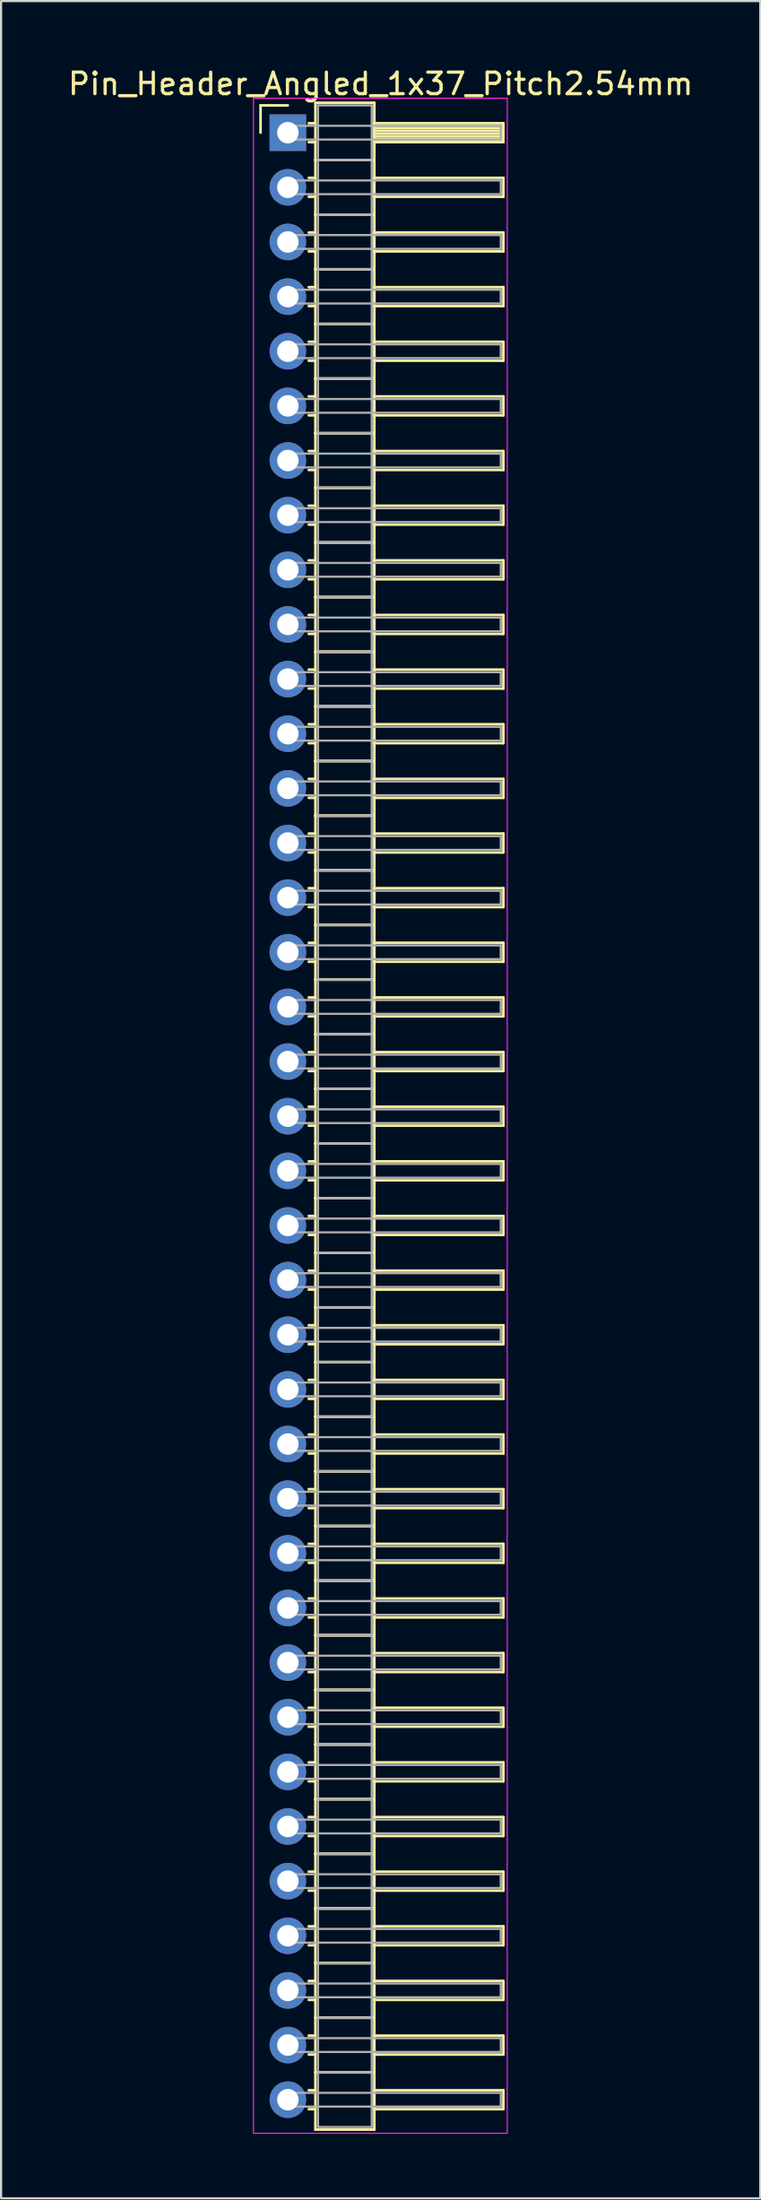
<source format=kicad_pcb>
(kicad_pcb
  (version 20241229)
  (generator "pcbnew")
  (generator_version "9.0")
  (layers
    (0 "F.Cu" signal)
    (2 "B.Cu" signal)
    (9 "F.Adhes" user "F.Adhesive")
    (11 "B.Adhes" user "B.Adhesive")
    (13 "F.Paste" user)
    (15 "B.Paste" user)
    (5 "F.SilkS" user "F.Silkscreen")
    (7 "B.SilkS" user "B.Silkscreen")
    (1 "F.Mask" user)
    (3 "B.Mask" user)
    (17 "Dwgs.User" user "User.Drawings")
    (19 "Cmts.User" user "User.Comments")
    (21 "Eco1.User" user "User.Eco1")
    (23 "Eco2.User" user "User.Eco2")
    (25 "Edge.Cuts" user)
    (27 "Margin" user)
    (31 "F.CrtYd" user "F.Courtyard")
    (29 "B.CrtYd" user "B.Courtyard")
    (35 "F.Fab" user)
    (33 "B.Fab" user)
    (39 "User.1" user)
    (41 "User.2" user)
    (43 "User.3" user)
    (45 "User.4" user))
  (footprint "Pin_Header_Angled_1x37_Pitch2.54mm"
    (layer "F.Cu")
    (at 10.334 3.118)
    (property "Reference" "Pin_Header_Angled_1x37_Pitch2.54mm" (at 4.315 -2.27 0) (layer "F.SilkS") (effects (font (size 1 1) (thickness 0.15))))
    (attr through_hole)
    (fp_line (start -1.27 -1.27) (end 0 -1.27) (stroke (width 0.12) (type solid)) (layer "F.SilkS"))
    (fp_line (start -1.27 0) (end -1.27 -1.27) (stroke (width 0.12) (type solid)) (layer "F.SilkS"))
    (fp_line (start 0.97 -0.44) (end 1.28 -0.44) (stroke (width 0.12) (type solid)) (layer "F.SilkS"))
    (fp_line (start 0.97 0.44) (end 1.28 0.44) (stroke (width 0.12) (type solid)) (layer "F.SilkS"))
    (fp_line (start 0.97 2.1) (end 1.28 2.1) (stroke (width 0.12) (type solid)) (layer "F.SilkS"))
    (fp_line (start 0.97 2.98) (end 1.28 2.98) (stroke (width 0.12) (type solid)) (layer "F.SilkS"))
    (fp_line (start 0.97 4.64) (end 1.28 4.64) (stroke (width 0.12) (type solid)) (layer "F.SilkS"))
    (fp_line (start 0.97 5.52) (end 1.28 5.52) (stroke (width 0.12) (type solid)) (layer "F.SilkS"))
    (fp_line (start 0.97 7.18) (end 1.28 7.18) (stroke (width 0.12) (type solid)) (layer "F.SilkS"))
    (fp_line (start 0.97 8.06) (end 1.28 8.06) (stroke (width 0.12) (type solid)) (layer "F.SilkS"))
    (fp_line (start 0.97 9.72) (end 1.28 9.72) (stroke (width 0.12) (type solid)) (layer "F.SilkS"))
    (fp_line (start 0.97 10.6) (end 1.28 10.6) (stroke (width 0.12) (type solid)) (layer "F.SilkS"))
    (fp_line (start 0.97 12.26) (end 1.28 12.26) (stroke (width 0.12) (type solid)) (layer "F.SilkS"))
    (fp_line (start 0.97 13.14) (end 1.28 13.14) (stroke (width 0.12) (type solid)) (layer "F.SilkS"))
    (fp_line (start 0.97 14.8) (end 1.28 14.8) (stroke (width 0.12) (type solid)) (layer "F.SilkS"))
    (fp_line (start 0.97 15.68) (end 1.28 15.68) (stroke (width 0.12) (type solid)) (layer "F.SilkS"))
    (fp_line (start 0.97 17.34) (end 1.28 17.34) (stroke (width 0.12) (type solid)) (layer "F.SilkS"))
    (fp_line (start 0.97 18.22) (end 1.28 18.22) (stroke (width 0.12) (type solid)) (layer "F.SilkS"))
    (fp_line (start 0.97 19.88) (end 1.28 19.88) (stroke (width 0.12) (type solid)) (layer "F.SilkS"))
    (fp_line (start 0.97 20.76) (end 1.28 20.76) (stroke (width 0.12) (type solid)) (layer "F.SilkS"))
    (fp_line (start 0.97 22.42) (end 1.28 22.42) (stroke (width 0.12) (type solid)) (layer "F.SilkS"))
    (fp_line (start 0.97 23.3) (end 1.28 23.3) (stroke (width 0.12) (type solid)) (layer "F.SilkS"))
    (fp_line (start 0.97 24.96) (end 1.28 24.96) (stroke (width 0.12) (type solid)) (layer "F.SilkS"))
    (fp_line (start 0.97 25.84) (end 1.28 25.84) (stroke (width 0.12) (type solid)) (layer "F.SilkS"))
    (fp_line (start 0.97 27.5) (end 1.28 27.5) (stroke (width 0.12) (type solid)) (layer "F.SilkS"))
    (fp_line (start 0.97 28.38) (end 1.28 28.38) (stroke (width 0.12) (type solid)) (layer "F.SilkS"))
    (fp_line (start 0.97 30.04) (end 1.28 30.04) (stroke (width 0.12) (type solid)) (layer "F.SilkS"))
    (fp_line (start 0.97 30.92) (end 1.28 30.92) (stroke (width 0.12) (type solid)) (layer "F.SilkS"))
    (fp_line (start 0.97 32.58) (end 1.28 32.58) (stroke (width 0.12) (type solid)) (layer "F.SilkS"))
    (fp_line (start 0.97 33.46) (end 1.28 33.46) (stroke (width 0.12) (type solid)) (layer "F.SilkS"))
    (fp_line (start 0.97 35.12) (end 1.28 35.12) (stroke (width 0.12) (type solid)) (layer "F.SilkS"))
    (fp_line (start 0.97 36) (end 1.28 36) (stroke (width 0.12) (type solid)) (layer "F.SilkS"))
    (fp_line (start 0.97 37.66) (end 1.28 37.66) (stroke (width 0.12) (type solid)) (layer "F.SilkS"))
    (fp_line (start 0.97 38.54) (end 1.28 38.54) (stroke (width 0.12) (type solid)) (layer "F.SilkS"))
    (fp_line (start 0.97 40.2) (end 1.28 40.2) (stroke (width 0.12) (type solid)) (layer "F.SilkS"))
    (fp_line (start 0.97 41.08) (end 1.28 41.08) (stroke (width 0.12) (type solid)) (layer "F.SilkS"))
    (fp_line (start 0.97 42.74) (end 1.28 42.74) (stroke (width 0.12) (type solid)) (layer "F.SilkS"))
    (fp_line (start 0.97 43.62) (end 1.28 43.62) (stroke (width 0.12) (type solid)) (layer "F.SilkS"))
    (fp_line (start 0.97 45.28) (end 1.28 45.28) (stroke (width 0.12) (type solid)) (layer "F.SilkS"))
    (fp_line (start 0.97 46.16) (end 1.28 46.16) (stroke (width 0.12) (type solid)) (layer "F.SilkS"))
    (fp_line (start 0.97 47.82) (end 1.28 47.82) (stroke (width 0.12) (type solid)) (layer "F.SilkS"))
    (fp_line (start 0.97 48.7) (end 1.28 48.7) (stroke (width 0.12) (type solid)) (layer "F.SilkS"))
    (fp_line (start 0.97 50.36) (end 1.28 50.36) (stroke (width 0.12) (type solid)) (layer "F.SilkS"))
    (fp_line (start 0.97 51.24) (end 1.28 51.24) (stroke (width 0.12) (type solid)) (layer "F.SilkS"))
    (fp_line (start 0.97 52.9) (end 1.28 52.9) (stroke (width 0.12) (type solid)) (layer "F.SilkS"))
    (fp_line (start 0.97 53.78) (end 1.28 53.78) (stroke (width 0.12) (type solid)) (layer "F.SilkS"))
    (fp_line (start 0.97 55.44) (end 1.28 55.44) (stroke (width 0.12) (type solid)) (layer "F.SilkS"))
    (fp_line (start 0.97 56.32) (end 1.28 56.32) (stroke (width 0.12) (type solid)) (layer "F.SilkS"))
    (fp_line (start 0.97 57.98) (end 1.28 57.98) (stroke (width 0.12) (type solid)) (layer "F.SilkS"))
    (fp_line (start 0.97 58.86) (end 1.28 58.86) (stroke (width 0.12) (type solid)) (layer "F.SilkS"))
    (fp_line (start 0.97 60.52) (end 1.28 60.52) (stroke (width 0.12) (type solid)) (layer "F.SilkS"))
    (fp_line (start 0.97 61.4) (end 1.28 61.4) (stroke (width 0.12) (type solid)) (layer "F.SilkS"))
    (fp_line (start 0.97 63.06) (end 1.28 63.06) (stroke (width 0.12) (type solid)) (layer "F.SilkS"))
    (fp_line (start 0.97 63.94) (end 1.28 63.94) (stroke (width 0.12) (type solid)) (layer "F.SilkS"))
    (fp_line (start 0.97 65.6) (end 1.28 65.6) (stroke (width 0.12) (type solid)) (layer "F.SilkS"))
    (fp_line (start 0.97 66.48) (end 1.28 66.48) (stroke (width 0.12) (type solid)) (layer "F.SilkS"))
    (fp_line (start 0.97 68.14) (end 1.28 68.14) (stroke (width 0.12) (type solid)) (layer "F.SilkS"))
    (fp_line (start 0.97 69.02) (end 1.28 69.02) (stroke (width 0.12) (type solid)) (layer "F.SilkS"))
    (fp_line (start 0.97 70.68) (end 1.28 70.68) (stroke (width 0.12) (type solid)) (layer "F.SilkS"))
    (fp_line (start 0.97 71.56) (end 1.28 71.56) (stroke (width 0.12) (type solid)) (layer "F.SilkS"))
    (fp_line (start 0.97 73.22) (end 1.28 73.22) (stroke (width 0.12) (type solid)) (layer "F.SilkS"))
    (fp_line (start 0.97 74.1) (end 1.28 74.1) (stroke (width 0.12) (type solid)) (layer "F.SilkS"))
    (fp_line (start 0.97 75.76) (end 1.28 75.76) (stroke (width 0.12) (type solid)) (layer "F.SilkS"))
    (fp_line (start 0.97 76.64) (end 1.28 76.64) (stroke (width 0.12) (type solid)) (layer "F.SilkS"))
    (fp_line (start 0.97 78.3) (end 1.28 78.3) (stroke (width 0.12) (type solid)) (layer "F.SilkS"))
    (fp_line (start 0.97 79.18) (end 1.28 79.18) (stroke (width 0.12) (type solid)) (layer "F.SilkS"))
    (fp_line (start 0.97 80.84) (end 1.28 80.84) (stroke (width 0.12) (type solid)) (layer "F.SilkS"))
    (fp_line (start 0.97 81.72) (end 1.28 81.72) (stroke (width 0.12) (type solid)) (layer "F.SilkS"))
    (fp_line (start 0.97 83.38) (end 1.28 83.38) (stroke (width 0.12) (type solid)) (layer "F.SilkS"))
    (fp_line (start 0.97 84.26) (end 1.28 84.26) (stroke (width 0.12) (type solid)) (layer "F.SilkS"))
    (fp_line (start 0.97 85.92) (end 1.28 85.92) (stroke (width 0.12) (type solid)) (layer "F.SilkS"))
    (fp_line (start 0.97 86.8) (end 1.28 86.8) (stroke (width 0.12) (type solid)) (layer "F.SilkS"))
    (fp_line (start 0.97 88.46) (end 1.28 88.46) (stroke (width 0.12) (type solid)) (layer "F.SilkS"))
    (fp_line (start 0.97 89.34) (end 1.28 89.34) (stroke (width 0.12) (type solid)) (layer "F.SilkS"))
    (fp_line (start 0.97 91) (end 1.28 91) (stroke (width 0.12) (type solid)) (layer "F.SilkS"))
    (fp_line (start 0.97 91.88) (end 1.28 91.88) (stroke (width 0.12) (type solid)) (layer "F.SilkS"))
    (fp_line (start 1.28 -1.39) (end 1.28 1.27) (stroke (width 0.12) (type solid)) (layer "F.SilkS"))
    (fp_line (start 1.28 1.27) (end 1.28 3.81) (stroke (width 0.12) (type solid)) (layer "F.SilkS"))
    (fp_line (start 1.28 1.27) (end 4.02 1.27) (stroke (width 0.12) (type solid)) (layer "F.SilkS"))
    (fp_line (start 1.28 3.81) (end 1.28 6.35) (stroke (width 0.12) (type solid)) (layer "F.SilkS"))
    (fp_line (start 1.28 3.81) (end 4.02 3.81) (stroke (width 0.12) (type solid)) (layer "F.SilkS"))
    (fp_line (start 1.28 6.35) (end 1.28 8.89) (stroke (width 0.12) (type solid)) (layer "F.SilkS"))
    (fp_line (start 1.28 6.35) (end 4.02 6.35) (stroke (width 0.12) (type solid)) (layer "F.SilkS"))
    (fp_line (start 1.28 8.89) (end 1.28 11.43) (stroke (width 0.12) (type solid)) (layer "F.SilkS"))
    (fp_line (start 1.28 8.89) (end 4.02 8.89) (stroke (width 0.12) (type solid)) (layer "F.SilkS"))
    (fp_line (start 1.28 11.43) (end 1.28 13.97) (stroke (width 0.12) (type solid)) (layer "F.SilkS"))
    (fp_line (start 1.28 11.43) (end 4.02 11.43) (stroke (width 0.12) (type solid)) (layer "F.SilkS"))
    (fp_line (start 1.28 13.97) (end 1.28 16.51) (stroke (width 0.12) (type solid)) (layer "F.SilkS"))
    (fp_line (start 1.28 13.97) (end 4.02 13.97) (stroke (width 0.12) (type solid)) (layer "F.SilkS"))
    (fp_line (start 1.28 16.51) (end 1.28 19.05) (stroke (width 0.12) (type solid)) (layer "F.SilkS"))
    (fp_line (start 1.28 16.51) (end 4.02 16.51) (stroke (width 0.12) (type solid)) (layer "F.SilkS"))
    (fp_line (start 1.28 19.05) (end 1.28 21.59) (stroke (width 0.12) (type solid)) (layer "F.SilkS"))
    (fp_line (start 1.28 19.05) (end 4.02 19.05) (stroke (width 0.12) (type solid)) (layer "F.SilkS"))
    (fp_line (start 1.28 21.59) (end 1.28 24.13) (stroke (width 0.12) (type solid)) (layer "F.SilkS"))
    (fp_line (start 1.28 21.59) (end 4.02 21.59) (stroke (width 0.12) (type solid)) (layer "F.SilkS"))
    (fp_line (start 1.28 24.13) (end 1.28 26.67) (stroke (width 0.12) (type solid)) (layer "F.SilkS"))
    (fp_line (start 1.28 24.13) (end 4.02 24.13) (stroke (width 0.12) (type solid)) (layer "F.SilkS"))
    (fp_line (start 1.28 26.67) (end 1.28 29.21) (stroke (width 0.12) (type solid)) (layer "F.SilkS"))
    (fp_line (start 1.28 26.67) (end 4.02 26.67) (stroke (width 0.12) (type solid)) (layer "F.SilkS"))
    (fp_line (start 1.28 29.21) (end 1.28 31.75) (stroke (width 0.12) (type solid)) (layer "F.SilkS"))
    (fp_line (start 1.28 29.21) (end 4.02 29.21) (stroke (width 0.12) (type solid)) (layer "F.SilkS"))
    (fp_line (start 1.28 31.75) (end 1.28 34.29) (stroke (width 0.12) (type solid)) (layer "F.SilkS"))
    (fp_line (start 1.28 31.75) (end 4.02 31.75) (stroke (width 0.12) (type solid)) (layer "F.SilkS"))
    (fp_line (start 1.28 34.29) (end 1.28 36.83) (stroke (width 0.12) (type solid)) (layer "F.SilkS"))
    (fp_line (start 1.28 34.29) (end 4.02 34.29) (stroke (width 0.12) (type solid)) (layer "F.SilkS"))
    (fp_line (start 1.28 36.83) (end 1.28 39.37) (stroke (width 0.12) (type solid)) (layer "F.SilkS"))
    (fp_line (start 1.28 36.83) (end 4.02 36.83) (stroke (width 0.12) (type solid)) (layer "F.SilkS"))
    (fp_line (start 1.28 39.37) (end 1.28 41.91) (stroke (width 0.12) (type solid)) (layer "F.SilkS"))
    (fp_line (start 1.28 39.37) (end 4.02 39.37) (stroke (width 0.12) (type solid)) (layer "F.SilkS"))
    (fp_line (start 1.28 41.91) (end 1.28 44.45) (stroke (width 0.12) (type solid)) (layer "F.SilkS"))
    (fp_line (start 1.28 41.91) (end 4.02 41.91) (stroke (width 0.12) (type solid)) (layer "F.SilkS"))
    (fp_line (start 1.28 44.45) (end 1.28 46.99) (stroke (width 0.12) (type solid)) (layer "F.SilkS"))
    (fp_line (start 1.28 44.45) (end 4.02 44.45) (stroke (width 0.12) (type solid)) (layer "F.SilkS"))
    (fp_line (start 1.28 46.99) (end 1.28 49.53) (stroke (width 0.12) (type solid)) (layer "F.SilkS"))
    (fp_line (start 1.28 46.99) (end 4.02 46.99) (stroke (width 0.12) (type solid)) (layer "F.SilkS"))
    (fp_line (start 1.28 49.53) (end 1.28 52.07) (stroke (width 0.12) (type solid)) (layer "F.SilkS"))
    (fp_line (start 1.28 49.53) (end 4.02 49.53) (stroke (width 0.12) (type solid)) (layer "F.SilkS"))
    (fp_line (start 1.28 52.07) (end 1.28 54.61) (stroke (width 0.12) (type solid)) (layer "F.SilkS"))
    (fp_line (start 1.28 52.07) (end 4.02 52.07) (stroke (width 0.12) (type solid)) (layer "F.SilkS"))
    (fp_line (start 1.28 54.61) (end 1.28 57.15) (stroke (width 0.12) (type solid)) (layer "F.SilkS"))
    (fp_line (start 1.28 54.61) (end 4.02 54.61) (stroke (width 0.12) (type solid)) (layer "F.SilkS"))
    (fp_line (start 1.28 57.15) (end 1.28 59.69) (stroke (width 0.12) (type solid)) (layer "F.SilkS"))
    (fp_line (start 1.28 57.15) (end 4.02 57.15) (stroke (width 0.12) (type solid)) (layer "F.SilkS"))
    (fp_line (start 1.28 59.69) (end 1.28 62.23) (stroke (width 0.12) (type solid)) (layer "F.SilkS"))
    (fp_line (start 1.28 59.69) (end 4.02 59.69) (stroke (width 0.12) (type solid)) (layer "F.SilkS"))
    (fp_line (start 1.28 62.23) (end 1.28 64.77) (stroke (width 0.12) (type solid)) (layer "F.SilkS"))
    (fp_line (start 1.28 62.23) (end 4.02 62.23) (stroke (width 0.12) (type solid)) (layer "F.SilkS"))
    (fp_line (start 1.28 64.77) (end 1.28 67.31) (stroke (width 0.12) (type solid)) (layer "F.SilkS"))
    (fp_line (start 1.28 64.77) (end 4.02 64.77) (stroke (width 0.12) (type solid)) (layer "F.SilkS"))
    (fp_line (start 1.28 67.31) (end 1.28 69.85) (stroke (width 0.12) (type solid)) (layer "F.SilkS"))
    (fp_line (start 1.28 67.31) (end 4.02 67.31) (stroke (width 0.12) (type solid)) (layer "F.SilkS"))
    (fp_line (start 1.28 69.85) (end 1.28 72.39) (stroke (width 0.12) (type solid)) (layer "F.SilkS"))
    (fp_line (start 1.28 69.85) (end 4.02 69.85) (stroke (width 0.12) (type solid)) (layer "F.SilkS"))
    (fp_line (start 1.28 72.39) (end 1.28 74.93) (stroke (width 0.12) (type solid)) (layer "F.SilkS"))
    (fp_line (start 1.28 72.39) (end 4.02 72.39) (stroke (width 0.12) (type solid)) (layer "F.SilkS"))
    (fp_line (start 1.28 74.93) (end 1.28 77.47) (stroke (width 0.12) (type solid)) (layer "F.SilkS"))
    (fp_line (start 1.28 74.93) (end 4.02 74.93) (stroke (width 0.12) (type solid)) (layer "F.SilkS"))
    (fp_line (start 1.28 77.47) (end 1.28 80.01) (stroke (width 0.12) (type solid)) (layer "F.SilkS"))
    (fp_line (start 1.28 77.47) (end 4.02 77.47) (stroke (width 0.12) (type solid)) (layer "F.SilkS"))
    (fp_line (start 1.28 80.01) (end 1.28 82.55) (stroke (width 0.12) (type solid)) (layer "F.SilkS"))
    (fp_line (start 1.28 80.01) (end 4.02 80.01) (stroke (width 0.12) (type solid)) (layer "F.SilkS"))
    (fp_line (start 1.28 82.55) (end 1.28 85.09) (stroke (width 0.12) (type solid)) (layer "F.SilkS"))
    (fp_line (start 1.28 82.55) (end 4.02 82.55) (stroke (width 0.12) (type solid)) (layer "F.SilkS"))
    (fp_line (start 1.28 85.09) (end 1.28 87.63) (stroke (width 0.12) (type solid)) (layer "F.SilkS"))
    (fp_line (start 1.28 85.09) (end 4.02 85.09) (stroke (width 0.12) (type solid)) (layer "F.SilkS"))
    (fp_line (start 1.28 87.63) (end 1.28 90.17) (stroke (width 0.12) (type solid)) (layer "F.SilkS"))
    (fp_line (start 1.28 87.63) (end 4.02 87.63) (stroke (width 0.12) (type solid)) (layer "F.SilkS"))
    (fp_line (start 1.28 90.17) (end 1.28 92.83) (stroke (width 0.12) (type solid)) (layer "F.SilkS"))
    (fp_line (start 1.28 90.17) (end 4.02 90.17) (stroke (width 0.12) (type solid)) (layer "F.SilkS"))
    (fp_line (start 1.28 92.83) (end 4.02 92.83) (stroke (width 0.12) (type solid)) (layer "F.SilkS"))
    (fp_line (start 4.02 -1.39) (end 1.28 -1.39) (stroke (width 0.12) (type solid)) (layer "F.SilkS"))
    (fp_line (start 4.02 -0.44) (end 4.02 0.44) (stroke (width 0.12) (type solid)) (layer "F.SilkS"))
    (fp_line (start 4.02 -0.32) (end 10.02 -0.32) (stroke (width 0.12) (type solid)) (layer "F.SilkS"))
    (fp_line (start 4.02 -0.2) (end 10.02 -0.2) (stroke (width 0.12) (type solid)) (layer "F.SilkS"))
    (fp_line (start 4.02 -0.08) (end 10.02 -0.08) (stroke (width 0.12) (type solid)) (layer "F.SilkS"))
    (fp_line (start 4.02 0.04) (end 10.02 0.04) (stroke (width 0.12) (type solid)) (layer "F.SilkS"))
    (fp_line (start 4.02 0.16) (end 10.02 0.16) (stroke (width 0.12) (type solid)) (layer "F.SilkS"))
    (fp_line (start 4.02 0.28) (end 10.02 0.28) (stroke (width 0.12) (type solid)) (layer "F.SilkS"))
    (fp_line (start 4.02 0.4) (end 10.02 0.4) (stroke (width 0.12) (type solid)) (layer "F.SilkS"))
    (fp_line (start 4.02 0.44) (end 10.02 0.44) (stroke (width 0.12) (type solid)) (layer "F.SilkS"))
    (fp_line (start 4.02 1.27) (end 1.28 1.27) (stroke (width 0.12) (type solid)) (layer "F.SilkS"))
    (fp_line (start 4.02 1.27) (end 4.02 -1.39) (stroke (width 0.12) (type solid)) (layer "F.SilkS"))
    (fp_line (start 4.02 2.1) (end 4.02 2.98) (stroke (width 0.12) (type solid)) (layer "F.SilkS"))
    (fp_line (start 4.02 2.98) (end 10.02 2.98) (stroke (width 0.12) (type solid)) (layer "F.SilkS"))
    (fp_line (start 4.02 3.81) (end 1.28 3.81) (stroke (width 0.12) (type solid)) (layer "F.SilkS"))
    (fp_line (start 4.02 3.81) (end 4.02 1.27) (stroke (width 0.12) (type solid)) (layer "F.SilkS"))
    (fp_line (start 4.02 4.64) (end 4.02 5.52) (stroke (width 0.12) (type solid)) (layer "F.SilkS"))
    (fp_line (start 4.02 5.52) (end 10.02 5.52) (stroke (width 0.12) (type solid)) (layer "F.SilkS"))
    (fp_line (start 4.02 6.35) (end 1.28 6.35) (stroke (width 0.12) (type solid)) (layer "F.SilkS"))
    (fp_line (start 4.02 6.35) (end 4.02 3.81) (stroke (width 0.12) (type solid)) (layer "F.SilkS"))
    (fp_line (start 4.02 7.18) (end 4.02 8.06) (stroke (width 0.12) (type solid)) (layer "F.SilkS"))
    (fp_line (start 4.02 8.06) (end 10.02 8.06) (stroke (width 0.12) (type solid)) (layer "F.SilkS"))
    (fp_line (start 4.02 8.89) (end 1.28 8.89) (stroke (width 0.12) (type solid)) (layer "F.SilkS"))
    (fp_line (start 4.02 8.89) (end 4.02 6.35) (stroke (width 0.12) (type solid)) (layer "F.SilkS"))
    (fp_line (start 4.02 9.72) (end 4.02 10.6) (stroke (width 0.12) (type solid)) (layer "F.SilkS"))
    (fp_line (start 4.02 10.6) (end 10.02 10.6) (stroke (width 0.12) (type solid)) (layer "F.SilkS"))
    (fp_line (start 4.02 11.43) (end 1.28 11.43) (stroke (width 0.12) (type solid)) (layer "F.SilkS"))
    (fp_line (start 4.02 11.43) (end 4.02 8.89) (stroke (width 0.12) (type solid)) (layer "F.SilkS"))
    (fp_line (start 4.02 12.26) (end 4.02 13.14) (stroke (width 0.12) (type solid)) (layer "F.SilkS"))
    (fp_line (start 4.02 13.14) (end 10.02 13.14) (stroke (width 0.12) (type solid)) (layer "F.SilkS"))
    (fp_line (start 4.02 13.97) (end 1.28 13.97) (stroke (width 0.12) (type solid)) (layer "F.SilkS"))
    (fp_line (start 4.02 13.97) (end 4.02 11.43) (stroke (width 0.12) (type solid)) (layer "F.SilkS"))
    (fp_line (start 4.02 14.8) (end 4.02 15.68) (stroke (width 0.12) (type solid)) (layer "F.SilkS"))
    (fp_line (start 4.02 15.68) (end 10.02 15.68) (stroke (width 0.12) (type solid)) (layer "F.SilkS"))
    (fp_line (start 4.02 16.51) (end 1.28 16.51) (stroke (width 0.12) (type solid)) (layer "F.SilkS"))
    (fp_line (start 4.02 16.51) (end 4.02 13.97) (stroke (width 0.12) (type solid)) (layer "F.SilkS"))
    (fp_line (start 4.02 17.34) (end 4.02 18.22) (stroke (width 0.12) (type solid)) (layer "F.SilkS"))
    (fp_line (start 4.02 18.22) (end 10.02 18.22) (stroke (width 0.12) (type solid)) (layer "F.SilkS"))
    (fp_line (start 4.02 19.05) (end 1.28 19.05) (stroke (width 0.12) (type solid)) (layer "F.SilkS"))
    (fp_line (start 4.02 19.05) (end 4.02 16.51) (stroke (width 0.12) (type solid)) (layer "F.SilkS"))
    (fp_line (start 4.02 19.88) (end 4.02 20.76) (stroke (width 0.12) (type solid)) (layer "F.SilkS"))
    (fp_line (start 4.02 20.76) (end 10.02 20.76) (stroke (width 0.12) (type solid)) (layer "F.SilkS"))
    (fp_line (start 4.02 21.59) (end 1.28 21.59) (stroke (width 0.12) (type solid)) (layer "F.SilkS"))
    (fp_line (start 4.02 21.59) (end 4.02 19.05) (stroke (width 0.12) (type solid)) (layer "F.SilkS"))
    (fp_line (start 4.02 22.42) (end 4.02 23.3) (stroke (width 0.12) (type solid)) (layer "F.SilkS"))
    (fp_line (start 4.02 23.3) (end 10.02 23.3) (stroke (width 0.12) (type solid)) (layer "F.SilkS"))
    (fp_line (start 4.02 24.13) (end 1.28 24.13) (stroke (width 0.12) (type solid)) (layer "F.SilkS"))
    (fp_line (start 4.02 24.13) (end 4.02 21.59) (stroke (width 0.12) (type solid)) (layer "F.SilkS"))
    (fp_line (start 4.02 24.96) (end 4.02 25.84) (stroke (width 0.12) (type solid)) (layer "F.SilkS"))
    (fp_line (start 4.02 25.84) (end 10.02 25.84) (stroke (width 0.12) (type solid)) (layer "F.SilkS"))
    (fp_line (start 4.02 26.67) (end 1.28 26.67) (stroke (width 0.12) (type solid)) (layer "F.SilkS"))
    (fp_line (start 4.02 26.67) (end 4.02 24.13) (stroke (width 0.12) (type solid)) (layer "F.SilkS"))
    (fp_line (start 4.02 27.5) (end 4.02 28.38) (stroke (width 0.12) (type solid)) (layer "F.SilkS"))
    (fp_line (start 4.02 28.38) (end 10.02 28.38) (stroke (width 0.12) (type solid)) (layer "F.SilkS"))
    (fp_line (start 4.02 29.21) (end 1.28 29.21) (stroke (width 0.12) (type solid)) (layer "F.SilkS"))
    (fp_line (start 4.02 29.21) (end 4.02 26.67) (stroke (width 0.12) (type solid)) (layer "F.SilkS"))
    (fp_line (start 4.02 30.04) (end 4.02 30.92) (stroke (width 0.12) (type solid)) (layer "F.SilkS"))
    (fp_line (start 4.02 30.92) (end 10.02 30.92) (stroke (width 0.12) (type solid)) (layer "F.SilkS"))
    (fp_line (start 4.02 31.75) (end 1.28 31.75) (stroke (width 0.12) (type solid)) (layer "F.SilkS"))
    (fp_line (start 4.02 31.75) (end 4.02 29.21) (stroke (width 0.12) (type solid)) (layer "F.SilkS"))
    (fp_line (start 4.02 32.58) (end 4.02 33.46) (stroke (width 0.12) (type solid)) (layer "F.SilkS"))
    (fp_line (start 4.02 33.46) (end 10.02 33.46) (stroke (width 0.12) (type solid)) (layer "F.SilkS"))
    (fp_line (start 4.02 34.29) (end 1.28 34.29) (stroke (width 0.12) (type solid)) (layer "F.SilkS"))
    (fp_line (start 4.02 34.29) (end 4.02 31.75) (stroke (width 0.12) (type solid)) (layer "F.SilkS"))
    (fp_line (start 4.02 35.12) (end 4.02 36) (stroke (width 0.12) (type solid)) (layer "F.SilkS"))
    (fp_line (start 4.02 36) (end 10.02 36) (stroke (width 0.12) (type solid)) (layer "F.SilkS"))
    (fp_line (start 4.02 36.83) (end 1.28 36.83) (stroke (width 0.12) (type solid)) (layer "F.SilkS"))
    (fp_line (start 4.02 36.83) (end 4.02 34.29) (stroke (width 0.12) (type solid)) (layer "F.SilkS"))
    (fp_line (start 4.02 37.66) (end 4.02 38.54) (stroke (width 0.12) (type solid)) (layer "F.SilkS"))
    (fp_line (start 4.02 38.54) (end 10.02 38.54) (stroke (width 0.12) (type solid)) (layer "F.SilkS"))
    (fp_line (start 4.02 39.37) (end 1.28 39.37) (stroke (width 0.12) (type solid)) (layer "F.SilkS"))
    (fp_line (start 4.02 39.37) (end 4.02 36.83) (stroke (width 0.12) (type solid)) (layer "F.SilkS"))
    (fp_line (start 4.02 40.2) (end 4.02 41.08) (stroke (width 0.12) (type solid)) (layer "F.SilkS"))
    (fp_line (start 4.02 41.08) (end 10.02 41.08) (stroke (width 0.12) (type solid)) (layer "F.SilkS"))
    (fp_line (start 4.02 41.91) (end 1.28 41.91) (stroke (width 0.12) (type solid)) (layer "F.SilkS"))
    (fp_line (start 4.02 41.91) (end 4.02 39.37) (stroke (width 0.12) (type solid)) (layer "F.SilkS"))
    (fp_line (start 4.02 42.74) (end 4.02 43.62) (stroke (width 0.12) (type solid)) (layer "F.SilkS"))
    (fp_line (start 4.02 43.62) (end 10.02 43.62) (stroke (width 0.12) (type solid)) (layer "F.SilkS"))
    (fp_line (start 4.02 44.45) (end 1.28 44.45) (stroke (width 0.12) (type solid)) (layer "F.SilkS"))
    (fp_line (start 4.02 44.45) (end 4.02 41.91) (stroke (width 0.12) (type solid)) (layer "F.SilkS"))
    (fp_line (start 4.02 45.28) (end 4.02 46.16) (stroke (width 0.12) (type solid)) (layer "F.SilkS"))
    (fp_line (start 4.02 46.16) (end 10.02 46.16) (stroke (width 0.12) (type solid)) (layer "F.SilkS"))
    (fp_line (start 4.02 46.99) (end 1.28 46.99) (stroke (width 0.12) (type solid)) (layer "F.SilkS"))
    (fp_line (start 4.02 46.99) (end 4.02 44.45) (stroke (width 0.12) (type solid)) (layer "F.SilkS"))
    (fp_line (start 4.02 47.82) (end 4.02 48.7) (stroke (width 0.12) (type solid)) (layer "F.SilkS"))
    (fp_line (start 4.02 48.7) (end 10.02 48.7) (stroke (width 0.12) (type solid)) (layer "F.SilkS"))
    (fp_line (start 4.02 49.53) (end 1.28 49.53) (stroke (width 0.12) (type solid)) (layer "F.SilkS"))
    (fp_line (start 4.02 49.53) (end 4.02 46.99) (stroke (width 0.12) (type solid)) (layer "F.SilkS"))
    (fp_line (start 4.02 50.36) (end 4.02 51.24) (stroke (width 0.12) (type solid)) (layer "F.SilkS"))
    (fp_line (start 4.02 51.24) (end 10.02 51.24) (stroke (width 0.12) (type solid)) (layer "F.SilkS"))
    (fp_line (start 4.02 52.07) (end 1.28 52.07) (stroke (width 0.12) (type solid)) (layer "F.SilkS"))
    (fp_line (start 4.02 52.07) (end 4.02 49.53) (stroke (width 0.12) (type solid)) (layer "F.SilkS"))
    (fp_line (start 4.02 52.9) (end 4.02 53.78) (stroke (width 0.12) (type solid)) (layer "F.SilkS"))
    (fp_line (start 4.02 53.78) (end 10.02 53.78) (stroke (width 0.12) (type solid)) (layer "F.SilkS"))
    (fp_line (start 4.02 54.61) (end 1.28 54.61) (stroke (width 0.12) (type solid)) (layer "F.SilkS"))
    (fp_line (start 4.02 54.61) (end 4.02 52.07) (stroke (width 0.12) (type solid)) (layer "F.SilkS"))
    (fp_line (start 4.02 55.44) (end 4.02 56.32) (stroke (width 0.12) (type solid)) (layer "F.SilkS"))
    (fp_line (start 4.02 56.32) (end 10.02 56.32) (stroke (width 0.12) (type solid)) (layer "F.SilkS"))
    (fp_line (start 4.02 57.15) (end 1.28 57.15) (stroke (width 0.12) (type solid)) (layer "F.SilkS"))
    (fp_line (start 4.02 57.15) (end 4.02 54.61) (stroke (width 0.12) (type solid)) (layer "F.SilkS"))
    (fp_line (start 4.02 57.98) (end 4.02 58.86) (stroke (width 0.12) (type solid)) (layer "F.SilkS"))
    (fp_line (start 4.02 58.86) (end 10.02 58.86) (stroke (width 0.12) (type solid)) (layer "F.SilkS"))
    (fp_line (start 4.02 59.69) (end 1.28 59.69) (stroke (width 0.12) (type solid)) (layer "F.SilkS"))
    (fp_line (start 4.02 59.69) (end 4.02 57.15) (stroke (width 0.12) (type solid)) (layer "F.SilkS"))
    (fp_line (start 4.02 60.52) (end 4.02 61.4) (stroke (width 0.12) (type solid)) (layer "F.SilkS"))
    (fp_line (start 4.02 61.4) (end 10.02 61.4) (stroke (width 0.12) (type solid)) (layer "F.SilkS"))
    (fp_line (start 4.02 62.23) (end 1.28 62.23) (stroke (width 0.12) (type solid)) (layer "F.SilkS"))
    (fp_line (start 4.02 62.23) (end 4.02 59.69) (stroke (width 0.12) (type solid)) (layer "F.SilkS"))
    (fp_line (start 4.02 63.06) (end 4.02 63.94) (stroke (width 0.12) (type solid)) (layer "F.SilkS"))
    (fp_line (start 4.02 63.94) (end 10.02 63.94) (stroke (width 0.12) (type solid)) (layer "F.SilkS"))
    (fp_line (start 4.02 64.77) (end 1.28 64.77) (stroke (width 0.12) (type solid)) (layer "F.SilkS"))
    (fp_line (start 4.02 64.77) (end 4.02 62.23) (stroke (width 0.12) (type solid)) (layer "F.SilkS"))
    (fp_line (start 4.02 65.6) (end 4.02 66.48) (stroke (width 0.12) (type solid)) (layer "F.SilkS"))
    (fp_line (start 4.02 66.48) (end 10.02 66.48) (stroke (width 0.12) (type solid)) (layer "F.SilkS"))
    (fp_line (start 4.02 67.31) (end 1.28 67.31) (stroke (width 0.12) (type solid)) (layer "F.SilkS"))
    (fp_line (start 4.02 67.31) (end 4.02 64.77) (stroke (width 0.12) (type solid)) (layer "F.SilkS"))
    (fp_line (start 4.02 68.14) (end 4.02 69.02) (stroke (width 0.12) (type solid)) (layer "F.SilkS"))
    (fp_line (start 4.02 69.02) (end 10.02 69.02) (stroke (width 0.12) (type solid)) (layer "F.SilkS"))
    (fp_line (start 4.02 69.85) (end 1.28 69.85) (stroke (width 0.12) (type solid)) (layer "F.SilkS"))
    (fp_line (start 4.02 69.85) (end 4.02 67.31) (stroke (width 0.12) (type solid)) (layer "F.SilkS"))
    (fp_line (start 4.02 70.68) (end 4.02 71.56) (stroke (width 0.12) (type solid)) (layer "F.SilkS"))
    (fp_line (start 4.02 71.56) (end 10.02 71.56) (stroke (width 0.12) (type solid)) (layer "F.SilkS"))
    (fp_line (start 4.02 72.39) (end 1.28 72.39) (stroke (width 0.12) (type solid)) (layer "F.SilkS"))
    (fp_line (start 4.02 72.39) (end 4.02 69.85) (stroke (width 0.12) (type solid)) (layer "F.SilkS"))
    (fp_line (start 4.02 73.22) (end 4.02 74.1) (stroke (width 0.12) (type solid)) (layer "F.SilkS"))
    (fp_line (start 4.02 74.1) (end 10.02 74.1) (stroke (width 0.12) (type solid)) (layer "F.SilkS"))
    (fp_line (start 4.02 74.93) (end 1.28 74.93) (stroke (width 0.12) (type solid)) (layer "F.SilkS"))
    (fp_line (start 4.02 74.93) (end 4.02 72.39) (stroke (width 0.12) (type solid)) (layer "F.SilkS"))
    (fp_line (start 4.02 75.76) (end 4.02 76.64) (stroke (width 0.12) (type solid)) (layer "F.SilkS"))
    (fp_line (start 4.02 76.64) (end 10.02 76.64) (stroke (width 0.12) (type solid)) (layer "F.SilkS"))
    (fp_line (start 4.02 77.47) (end 1.28 77.47) (stroke (width 0.12) (type solid)) (layer "F.SilkS"))
    (fp_line (start 4.02 77.47) (end 4.02 74.93) (stroke (width 0.12) (type solid)) (layer "F.SilkS"))
    (fp_line (start 4.02 78.3) (end 4.02 79.18) (stroke (width 0.12) (type solid)) (layer "F.SilkS"))
    (fp_line (start 4.02 79.18) (end 10.02 79.18) (stroke (width 0.12) (type solid)) (layer "F.SilkS"))
    (fp_line (start 4.02 80.01) (end 1.28 80.01) (stroke (width 0.12) (type solid)) (layer "F.SilkS"))
    (fp_line (start 4.02 80.01) (end 4.02 77.47) (stroke (width 0.12) (type solid)) (layer "F.SilkS"))
    (fp_line (start 4.02 80.84) (end 4.02 81.72) (stroke (width 0.12) (type solid)) (layer "F.SilkS"))
    (fp_line (start 4.02 81.72) (end 10.02 81.72) (stroke (width 0.12) (type solid)) (layer "F.SilkS"))
    (fp_line (start 4.02 82.55) (end 1.28 82.55) (stroke (width 0.12) (type solid)) (layer "F.SilkS"))
    (fp_line (start 4.02 82.55) (end 4.02 80.01) (stroke (width 0.12) (type solid)) (layer "F.SilkS"))
    (fp_line (start 4.02 83.38) (end 4.02 84.26) (stroke (width 0.12) (type solid)) (layer "F.SilkS"))
    (fp_line (start 4.02 84.26) (end 10.02 84.26) (stroke (width 0.12) (type solid)) (layer "F.SilkS"))
    (fp_line (start 4.02 85.09) (end 1.28 85.09) (stroke (width 0.12) (type solid)) (layer "F.SilkS"))
    (fp_line (start 4.02 85.09) (end 4.02 82.55) (stroke (width 0.12) (type solid)) (layer "F.SilkS"))
    (fp_line (start 4.02 85.92) (end 4.02 86.8) (stroke (width 0.12) (type solid)) (layer "F.SilkS"))
    (fp_line (start 4.02 86.8) (end 10.02 86.8) (stroke (width 0.12) (type solid)) (layer "F.SilkS"))
    (fp_line (start 4.02 87.63) (end 1.28 87.63) (stroke (width 0.12) (type solid)) (layer "F.SilkS"))
    (fp_line (start 4.02 87.63) (end 4.02 85.09) (stroke (width 0.12) (type solid)) (layer "F.SilkS"))
    (fp_line (start 4.02 88.46) (end 4.02 89.34) (stroke (width 0.12) (type solid)) (layer "F.SilkS"))
    (fp_line (start 4.02 89.34) (end 10.02 89.34) (stroke (width 0.12) (type solid)) (layer "F.SilkS"))
    (fp_line (start 4.02 90.17) (end 1.28 90.17) (stroke (width 0.12) (type solid)) (layer "F.SilkS"))
    (fp_line (start 4.02 90.17) (end 4.02 87.63) (stroke (width 0.12) (type solid)) (layer "F.SilkS"))
    (fp_line (start 4.02 91) (end 4.02 91.88) (stroke (width 0.12) (type solid)) (layer "F.SilkS"))
    (fp_line (start 4.02 91.88) (end 10.02 91.88) (stroke (width 0.12) (type solid)) (layer "F.SilkS"))
    (fp_line (start 4.02 92.83) (end 4.02 90.17) (stroke (width 0.12) (type solid)) (layer "F.SilkS"))
    (fp_line (start 10.02 -0.44) (end 4.02 -0.44) (stroke (width 0.12) (type solid)) (layer "F.SilkS"))
    (fp_line (start 10.02 0.44) (end 10.02 -0.44) (stroke (width 0.12) (type solid)) (layer "F.SilkS"))
    (fp_line (start 10.02 2.1) (end 4.02 2.1) (stroke (width 0.12) (type solid)) (layer "F.SilkS"))
    (fp_line (start 10.02 2.98) (end 10.02 2.1) (stroke (width 0.12) (type solid)) (layer "F.SilkS"))
    (fp_line (start 10.02 4.64) (end 4.02 4.64) (stroke (width 0.12) (type solid)) (layer "F.SilkS"))
    (fp_line (start 10.02 5.52) (end 10.02 4.64) (stroke (width 0.12) (type solid)) (layer "F.SilkS"))
    (fp_line (start 10.02 7.18) (end 4.02 7.18) (stroke (width 0.12) (type solid)) (layer "F.SilkS"))
    (fp_line (start 10.02 8.06) (end 10.02 7.18) (stroke (width 0.12) (type solid)) (layer "F.SilkS"))
    (fp_line (start 10.02 9.72) (end 4.02 9.72) (stroke (width 0.12) (type solid)) (layer "F.SilkS"))
    (fp_line (start 10.02 10.6) (end 10.02 9.72) (stroke (width 0.12) (type solid)) (layer "F.SilkS"))
    (fp_line (start 10.02 12.26) (end 4.02 12.26) (stroke (width 0.12) (type solid)) (layer "F.SilkS"))
    (fp_line (start 10.02 13.14) (end 10.02 12.26) (stroke (width 0.12) (type solid)) (layer "F.SilkS"))
    (fp_line (start 10.02 14.8) (end 4.02 14.8) (stroke (width 0.12) (type solid)) (layer "F.SilkS"))
    (fp_line (start 10.02 15.68) (end 10.02 14.8) (stroke (width 0.12) (type solid)) (layer "F.SilkS"))
    (fp_line (start 10.02 17.34) (end 4.02 17.34) (stroke (width 0.12) (type solid)) (layer "F.SilkS"))
    (fp_line (start 10.02 18.22) (end 10.02 17.34) (stroke (width 0.12) (type solid)) (layer "F.SilkS"))
    (fp_line (start 10.02 19.88) (end 4.02 19.88) (stroke (width 0.12) (type solid)) (layer "F.SilkS"))
    (fp_line (start 10.02 20.76) (end 10.02 19.88) (stroke (width 0.12) (type solid)) (layer "F.SilkS"))
    (fp_line (start 10.02 22.42) (end 4.02 22.42) (stroke (width 0.12) (type solid)) (layer "F.SilkS"))
    (fp_line (start 10.02 23.3) (end 10.02 22.42) (stroke (width 0.12) (type solid)) (layer "F.SilkS"))
    (fp_line (start 10.02 24.96) (end 4.02 24.96) (stroke (width 0.12) (type solid)) (layer "F.SilkS"))
    (fp_line (start 10.02 25.84) (end 10.02 24.96) (stroke (width 0.12) (type solid)) (layer "F.SilkS"))
    (fp_line (start 10.02 27.5) (end 4.02 27.5) (stroke (width 0.12) (type solid)) (layer "F.SilkS"))
    (fp_line (start 10.02 28.38) (end 10.02 27.5) (stroke (width 0.12) (type solid)) (layer "F.SilkS"))
    (fp_line (start 10.02 30.04) (end 4.02 30.04) (stroke (width 0.12) (type solid)) (layer "F.SilkS"))
    (fp_line (start 10.02 30.92) (end 10.02 30.04) (stroke (width 0.12) (type solid)) (layer "F.SilkS"))
    (fp_line (start 10.02 32.58) (end 4.02 32.58) (stroke (width 0.12) (type solid)) (layer "F.SilkS"))
    (fp_line (start 10.02 33.46) (end 10.02 32.58) (stroke (width 0.12) (type solid)) (layer "F.SilkS"))
    (fp_line (start 10.02 35.12) (end 4.02 35.12) (stroke (width 0.12) (type solid)) (layer "F.SilkS"))
    (fp_line (start 10.02 36) (end 10.02 35.12) (stroke (width 0.12) (type solid)) (layer "F.SilkS"))
    (fp_line (start 10.02 37.66) (end 4.02 37.66) (stroke (width 0.12) (type solid)) (layer "F.SilkS"))
    (fp_line (start 10.02 38.54) (end 10.02 37.66) (stroke (width 0.12) (type solid)) (layer "F.SilkS"))
    (fp_line (start 10.02 40.2) (end 4.02 40.2) (stroke (width 0.12) (type solid)) (layer "F.SilkS"))
    (fp_line (start 10.02 41.08) (end 10.02 40.2) (stroke (width 0.12) (type solid)) (layer "F.SilkS"))
    (fp_line (start 10.02 42.74) (end 4.02 42.74) (stroke (width 0.12) (type solid)) (layer "F.SilkS"))
    (fp_line (start 10.02 43.62) (end 10.02 42.74) (stroke (width 0.12) (type solid)) (layer "F.SilkS"))
    (fp_line (start 10.02 45.28) (end 4.02 45.28) (stroke (width 0.12) (type solid)) (layer "F.SilkS"))
    (fp_line (start 10.02 46.16) (end 10.02 45.28) (stroke (width 0.12) (type solid)) (layer "F.SilkS"))
    (fp_line (start 10.02 47.82) (end 4.02 47.82) (stroke (width 0.12) (type solid)) (layer "F.SilkS"))
    (fp_line (start 10.02 48.7) (end 10.02 47.82) (stroke (width 0.12) (type solid)) (layer "F.SilkS"))
    (fp_line (start 10.02 50.36) (end 4.02 50.36) (stroke (width 0.12) (type solid)) (layer "F.SilkS"))
    (fp_line (start 10.02 51.24) (end 10.02 50.36) (stroke (width 0.12) (type solid)) (layer "F.SilkS"))
    (fp_line (start 10.02 52.9) (end 4.02 52.9) (stroke (width 0.12) (type solid)) (layer "F.SilkS"))
    (fp_line (start 10.02 53.78) (end 10.02 52.9) (stroke (width 0.12) (type solid)) (layer "F.SilkS"))
    (fp_line (start 10.02 55.44) (end 4.02 55.44) (stroke (width 0.12) (type solid)) (layer "F.SilkS"))
    (fp_line (start 10.02 56.32) (end 10.02 55.44) (stroke (width 0.12) (type solid)) (layer "F.SilkS"))
    (fp_line (start 10.02 57.98) (end 4.02 57.98) (stroke (width 0.12) (type solid)) (layer "F.SilkS"))
    (fp_line (start 10.02 58.86) (end 10.02 57.98) (stroke (width 0.12) (type solid)) (layer "F.SilkS"))
    (fp_line (start 10.02 60.52) (end 4.02 60.52) (stroke (width 0.12) (type solid)) (layer "F.SilkS"))
    (fp_line (start 10.02 61.4) (end 10.02 60.52) (stroke (width 0.12) (type solid)) (layer "F.SilkS"))
    (fp_line (start 10.02 63.06) (end 4.02 63.06) (stroke (width 0.12) (type solid)) (layer "F.SilkS"))
    (fp_line (start 10.02 63.94) (end 10.02 63.06) (stroke (width 0.12) (type solid)) (layer "F.SilkS"))
    (fp_line (start 10.02 65.6) (end 4.02 65.6) (stroke (width 0.12) (type solid)) (layer "F.SilkS"))
    (fp_line (start 10.02 66.48) (end 10.02 65.6) (stroke (width 0.12) (type solid)) (layer "F.SilkS"))
    (fp_line (start 10.02 68.14) (end 4.02 68.14) (stroke (width 0.12) (type solid)) (layer "F.SilkS"))
    (fp_line (start 10.02 69.02) (end 10.02 68.14) (stroke (width 0.12) (type solid)) (layer "F.SilkS"))
    (fp_line (start 10.02 70.68) (end 4.02 70.68) (stroke (width 0.12) (type solid)) (layer "F.SilkS"))
    (fp_line (start 10.02 71.56) (end 10.02 70.68) (stroke (width 0.12) (type solid)) (layer "F.SilkS"))
    (fp_line (start 10.02 73.22) (end 4.02 73.22) (stroke (width 0.12) (type solid)) (layer "F.SilkS"))
    (fp_line (start 10.02 74.1) (end 10.02 73.22) (stroke (width 0.12) (type solid)) (layer "F.SilkS"))
    (fp_line (start 10.02 75.76) (end 4.02 75.76) (stroke (width 0.12) (type solid)) (layer "F.SilkS"))
    (fp_line (start 10.02 76.64) (end 10.02 75.76) (stroke (width 0.12) (type solid)) (layer "F.SilkS"))
    (fp_line (start 10.02 78.3) (end 4.02 78.3) (stroke (width 0.12) (type solid)) (layer "F.SilkS"))
    (fp_line (start 10.02 79.18) (end 10.02 78.3) (stroke (width 0.12) (type solid)) (layer "F.SilkS"))
    (fp_line (start 10.02 80.84) (end 4.02 80.84) (stroke (width 0.12) (type solid)) (layer "F.SilkS"))
    (fp_line (start 10.02 81.72) (end 10.02 80.84) (stroke (width 0.12) (type solid)) (layer "F.SilkS"))
    (fp_line (start 10.02 83.38) (end 4.02 83.38) (stroke (width 0.12) (type solid)) (layer "F.SilkS"))
    (fp_line (start 10.02 84.26) (end 10.02 83.38) (stroke (width 0.12) (type solid)) (layer "F.SilkS"))
    (fp_line (start 10.02 85.92) (end 4.02 85.92) (stroke (width 0.12) (type solid)) (layer "F.SilkS"))
    (fp_line (start 10.02 86.8) (end 10.02 85.92) (stroke (width 0.12) (type solid)) (layer "F.SilkS"))
    (fp_line (start 10.02 88.46) (end 4.02 88.46) (stroke (width 0.12) (type solid)) (layer "F.SilkS"))
    (fp_line (start 10.02 89.34) (end 10.02 88.46) (stroke (width 0.12) (type solid)) (layer "F.SilkS"))
    (fp_line (start 10.02 91) (end 4.02 91) (stroke (width 0.12) (type solid)) (layer "F.SilkS"))
    (fp_line (start 10.02 91.88) (end 10.02 91) (stroke (width 0.12) (type solid)) (layer "F.SilkS"))
    (fp_line (start -1.6 -1.6) (end -1.6 93) (stroke (width 0.05) (type solid)) (layer "F.CrtYd"))
    (fp_line (start -1.6 93) (end 10.2 93) (stroke (width 0.05) (type solid)) (layer "F.CrtYd"))
    (fp_line (start 10.2 -1.6) (end -1.6 -1.6) (stroke (width 0.05) (type solid)) (layer "F.CrtYd"))
    (fp_line (start 10.2 93) (end 10.2 -1.6) (stroke (width 0.05) (type solid)) (layer "F.CrtYd"))
    (fp_line (start 0 -0.32) (end 0 0.32) (stroke (width 0.1) (type solid)) (layer "F.Fab"))
    (fp_line (start 0 0.32) (end 9.9 0.32) (stroke (width 0.1) (type solid)) (layer "F.Fab"))
    (fp_line (start 0 2.22) (end 0 2.86) (stroke (width 0.1) (type solid)) (layer "F.Fab"))
    (fp_line (start 0 2.86) (end 9.9 2.86) (stroke (width 0.1) (type solid)) (layer "F.Fab"))
    (fp_line (start 0 4.76) (end 0 5.4) (stroke (width 0.1) (type solid)) (layer "F.Fab"))
    (fp_line (start 0 5.4) (end 9.9 5.4) (stroke (width 0.1) (type solid)) (layer "F.Fab"))
    (fp_line (start 0 7.3) (end 0 7.94) (stroke (width 0.1) (type solid)) (layer "F.Fab"))
    (fp_line (start 0 7.94) (end 9.9 7.94) (stroke (width 0.1) (type solid)) (layer "F.Fab"))
    (fp_line (start 0 9.84) (end 0 10.48) (stroke (width 0.1) (type solid)) (layer "F.Fab"))
    (fp_line (start 0 10.48) (end 9.9 10.48) (stroke (width 0.1) (type solid)) (layer "F.Fab"))
    (fp_line (start 0 12.38) (end 0 13.02) (stroke (width 0.1) (type solid)) (layer "F.Fab"))
    (fp_line (start 0 13.02) (end 9.9 13.02) (stroke (width 0.1) (type solid)) (layer "F.Fab"))
    (fp_line (start 0 14.92) (end 0 15.56) (stroke (width 0.1) (type solid)) (layer "F.Fab"))
    (fp_line (start 0 15.56) (end 9.9 15.56) (stroke (width 0.1) (type solid)) (layer "F.Fab"))
    (fp_line (start 0 17.46) (end 0 18.1) (stroke (width 0.1) (type solid)) (layer "F.Fab"))
    (fp_line (start 0 18.1) (end 9.9 18.1) (stroke (width 0.1) (type solid)) (layer "F.Fab"))
    (fp_line (start 0 20) (end 0 20.64) (stroke (width 0.1) (type solid)) (layer "F.Fab"))
    (fp_line (start 0 20.64) (end 9.9 20.64) (stroke (width 0.1) (type solid)) (layer "F.Fab"))
    (fp_line (start 0 22.54) (end 0 23.18) (stroke (width 0.1) (type solid)) (layer "F.Fab"))
    (fp_line (start 0 23.18) (end 9.9 23.18) (stroke (width 0.1) (type solid)) (layer "F.Fab"))
    (fp_line (start 0 25.08) (end 0 25.72) (stroke (width 0.1) (type solid)) (layer "F.Fab"))
    (fp_line (start 0 25.72) (end 9.9 25.72) (stroke (width 0.1) (type solid)) (layer "F.Fab"))
    (fp_line (start 0 27.62) (end 0 28.26) (stroke (width 0.1) (type solid)) (layer "F.Fab"))
    (fp_line (start 0 28.26) (end 9.9 28.26) (stroke (width 0.1) (type solid)) (layer "F.Fab"))
    (fp_line (start 0 30.16) (end 0 30.8) (stroke (width 0.1) (type solid)) (layer "F.Fab"))
    (fp_line (start 0 30.8) (end 9.9 30.8) (stroke (width 0.1) (type solid)) (layer "F.Fab"))
    (fp_line (start 0 32.7) (end 0 33.34) (stroke (width 0.1) (type solid)) (layer "F.Fab"))
    (fp_line (start 0 33.34) (end 9.9 33.34) (stroke (width 0.1) (type solid)) (layer "F.Fab"))
    (fp_line (start 0 35.24) (end 0 35.88) (stroke (width 0.1) (type solid)) (layer "F.Fab"))
    (fp_line (start 0 35.88) (end 9.9 35.88) (stroke (width 0.1) (type solid)) (layer "F.Fab"))
    (fp_line (start 0 37.78) (end 0 38.42) (stroke (width 0.1) (type solid)) (layer "F.Fab"))
    (fp_line (start 0 38.42) (end 9.9 38.42) (stroke (width 0.1) (type solid)) (layer "F.Fab"))
    (fp_line (start 0 40.32) (end 0 40.96) (stroke (width 0.1) (type solid)) (layer "F.Fab"))
    (fp_line (start 0 40.96) (end 9.9 40.96) (stroke (width 0.1) (type solid)) (layer "F.Fab"))
    (fp_line (start 0 42.86) (end 0 43.5) (stroke (width 0.1) (type solid)) (layer "F.Fab"))
    (fp_line (start 0 43.5) (end 9.9 43.5) (stroke (width 0.1) (type solid)) (layer "F.Fab"))
    (fp_line (start 0 45.4) (end 0 46.04) (stroke (width 0.1) (type solid)) (layer "F.Fab"))
    (fp_line (start 0 46.04) (end 9.9 46.04) (stroke (width 0.1) (type solid)) (layer "F.Fab"))
    (fp_line (start 0 47.94) (end 0 48.58) (stroke (width 0.1) (type solid)) (layer "F.Fab"))
    (fp_line (start 0 48.58) (end 9.9 48.58) (stroke (width 0.1) (type solid)) (layer "F.Fab"))
    (fp_line (start 0 50.48) (end 0 51.12) (stroke (width 0.1) (type solid)) (layer "F.Fab"))
    (fp_line (start 0 51.12) (end 9.9 51.12) (stroke (width 0.1) (type solid)) (layer "F.Fab"))
    (fp_line (start 0 53.02) (end 0 53.66) (stroke (width 0.1) (type solid)) (layer "F.Fab"))
    (fp_line (start 0 53.66) (end 9.9 53.66) (stroke (width 0.1) (type solid)) (layer "F.Fab"))
    (fp_line (start 0 55.56) (end 0 56.2) (stroke (width 0.1) (type solid)) (layer "F.Fab"))
    (fp_line (start 0 56.2) (end 9.9 56.2) (stroke (width 0.1) (type solid)) (layer "F.Fab"))
    (fp_line (start 0 58.1) (end 0 58.74) (stroke (width 0.1) (type solid)) (layer "F.Fab"))
    (fp_line (start 0 58.74) (end 9.9 58.74) (stroke (width 0.1) (type solid)) (layer "F.Fab"))
    (fp_line (start 0 60.64) (end 0 61.28) (stroke (width 0.1) (type solid)) (layer "F.Fab"))
    (fp_line (start 0 61.28) (end 9.9 61.28) (stroke (width 0.1) (type solid)) (layer "F.Fab"))
    (fp_line (start 0 63.18) (end 0 63.82) (stroke (width 0.1) (type solid)) (layer "F.Fab"))
    (fp_line (start 0 63.82) (end 9.9 63.82) (stroke (width 0.1) (type solid)) (layer "F.Fab"))
    (fp_line (start 0 65.72) (end 0 66.36) (stroke (width 0.1) (type solid)) (layer "F.Fab"))
    (fp_line (start 0 66.36) (end 9.9 66.36) (stroke (width 0.1) (type solid)) (layer "F.Fab"))
    (fp_line (start 0 68.26) (end 0 68.9) (stroke (width 0.1) (type solid)) (layer "F.Fab"))
    (fp_line (start 0 68.9) (end 9.9 68.9) (stroke (width 0.1) (type solid)) (layer "F.Fab"))
    (fp_line (start 0 70.8) (end 0 71.44) (stroke (width 0.1) (type solid)) (layer "F.Fab"))
    (fp_line (start 0 71.44) (end 9.9 71.44) (stroke (width 0.1) (type solid)) (layer "F.Fab"))
    (fp_line (start 0 73.34) (end 0 73.98) (stroke (width 0.1) (type solid)) (layer "F.Fab"))
    (fp_line (start 0 73.98) (end 9.9 73.98) (stroke (width 0.1) (type solid)) (layer "F.Fab"))
    (fp_line (start 0 75.88) (end 0 76.52) (stroke (width 0.1) (type solid)) (layer "F.Fab"))
    (fp_line (start 0 76.52) (end 9.9 76.52) (stroke (width 0.1) (type solid)) (layer "F.Fab"))
    (fp_line (start 0 78.42) (end 0 79.06) (stroke (width 0.1) (type solid)) (layer "F.Fab"))
    (fp_line (start 0 79.06) (end 9.9 79.06) (stroke (width 0.1) (type solid)) (layer "F.Fab"))
    (fp_line (start 0 80.96) (end 0 81.6) (stroke (width 0.1) (type solid)) (layer "F.Fab"))
    (fp_line (start 0 81.6) (end 9.9 81.6) (stroke (width 0.1) (type solid)) (layer "F.Fab"))
    (fp_line (start 0 83.5) (end 0 84.14) (stroke (width 0.1) (type solid)) (layer "F.Fab"))
    (fp_line (start 0 84.14) (end 9.9 84.14) (stroke (width 0.1) (type solid)) (layer "F.Fab"))
    (fp_line (start 0 86.04) (end 0 86.68) (stroke (width 0.1) (type solid)) (layer "F.Fab"))
    (fp_line (start 0 86.68) (end 9.9 86.68) (stroke (width 0.1) (type solid)) (layer "F.Fab"))
    (fp_line (start 0 88.58) (end 0 89.22) (stroke (width 0.1) (type solid)) (layer "F.Fab"))
    (fp_line (start 0 89.22) (end 9.9 89.22) (stroke (width 0.1) (type solid)) (layer "F.Fab"))
    (fp_line (start 0 91.12) (end 0 91.76) (stroke (width 0.1) (type solid)) (layer "F.Fab"))
    (fp_line (start 0 91.76) (end 9.9 91.76) (stroke (width 0.1) (type solid)) (layer "F.Fab"))
    (fp_line (start 1.4 -1.27) (end 1.4 1.27) (stroke (width 0.1) (type solid)) (layer "F.Fab"))
    (fp_line (start 1.4 1.27) (end 1.4 3.81) (stroke (width 0.1) (type solid)) (layer "F.Fab"))
    (fp_line (start 1.4 1.27) (end 3.9 1.27) (stroke (width 0.1) (type solid)) (layer "F.Fab"))
    (fp_line (start 1.4 3.81) (end 1.4 6.35) (stroke (width 0.1) (type solid)) (layer "F.Fab"))
    (fp_line (start 1.4 3.81) (end 3.9 3.81) (stroke (width 0.1) (type solid)) (layer "F.Fab"))
    (fp_line (start 1.4 6.35) (end 1.4 8.89) (stroke (width 0.1) (type solid)) (layer "F.Fab"))
    (fp_line (start 1.4 6.35) (end 3.9 6.35) (stroke (width 0.1) (type solid)) (layer "F.Fab"))
    (fp_line (start 1.4 8.89) (end 1.4 11.43) (stroke (width 0.1) (type solid)) (layer "F.Fab"))
    (fp_line (start 1.4 8.89) (end 3.9 8.89) (stroke (width 0.1) (type solid)) (layer "F.Fab"))
    (fp_line (start 1.4 11.43) (end 1.4 13.97) (stroke (width 0.1) (type solid)) (layer "F.Fab"))
    (fp_line (start 1.4 11.43) (end 3.9 11.43) (stroke (width 0.1) (type solid)) (layer "F.Fab"))
    (fp_line (start 1.4 13.97) (end 1.4 16.51) (stroke (width 0.1) (type solid)) (layer "F.Fab"))
    (fp_line (start 1.4 13.97) (end 3.9 13.97) (stroke (width 0.1) (type solid)) (layer "F.Fab"))
    (fp_line (start 1.4 16.51) (end 1.4 19.05) (stroke (width 0.1) (type solid)) (layer "F.Fab"))
    (fp_line (start 1.4 16.51) (end 3.9 16.51) (stroke (width 0.1) (type solid)) (layer "F.Fab"))
    (fp_line (start 1.4 19.05) (end 1.4 21.59) (stroke (width 0.1) (type solid)) (layer "F.Fab"))
    (fp_line (start 1.4 19.05) (end 3.9 19.05) (stroke (width 0.1) (type solid)) (layer "F.Fab"))
    (fp_line (start 1.4 21.59) (end 1.4 24.13) (stroke (width 0.1) (type solid)) (layer "F.Fab"))
    (fp_line (start 1.4 21.59) (end 3.9 21.59) (stroke (width 0.1) (type solid)) (layer "F.Fab"))
    (fp_line (start 1.4 24.13) (end 1.4 26.67) (stroke (width 0.1) (type solid)) (layer "F.Fab"))
    (fp_line (start 1.4 24.13) (end 3.9 24.13) (stroke (width 0.1) (type solid)) (layer "F.Fab"))
    (fp_line (start 1.4 26.67) (end 1.4 29.21) (stroke (width 0.1) (type solid)) (layer "F.Fab"))
    (fp_line (start 1.4 26.67) (end 3.9 26.67) (stroke (width 0.1) (type solid)) (layer "F.Fab"))
    (fp_line (start 1.4 29.21) (end 1.4 31.75) (stroke (width 0.1) (type solid)) (layer "F.Fab"))
    (fp_line (start 1.4 29.21) (end 3.9 29.21) (stroke (width 0.1) (type solid)) (layer "F.Fab"))
    (fp_line (start 1.4 31.75) (end 1.4 34.29) (stroke (width 0.1) (type solid)) (layer "F.Fab"))
    (fp_line (start 1.4 31.75) (end 3.9 31.75) (stroke (width 0.1) (type solid)) (layer "F.Fab"))
    (fp_line (start 1.4 34.29) (end 1.4 36.83) (stroke (width 0.1) (type solid)) (layer "F.Fab"))
    (fp_line (start 1.4 34.29) (end 3.9 34.29) (stroke (width 0.1) (type solid)) (layer "F.Fab"))
    (fp_line (start 1.4 36.83) (end 1.4 39.37) (stroke (width 0.1) (type solid)) (layer "F.Fab"))
    (fp_line (start 1.4 36.83) (end 3.9 36.83) (stroke (width 0.1) (type solid)) (layer "F.Fab"))
    (fp_line (start 1.4 39.37) (end 1.4 41.91) (stroke (width 0.1) (type solid)) (layer "F.Fab"))
    (fp_line (start 1.4 39.37) (end 3.9 39.37) (stroke (width 0.1) (type solid)) (layer "F.Fab"))
    (fp_line (start 1.4 41.91) (end 1.4 44.45) (stroke (width 0.1) (type solid)) (layer "F.Fab"))
    (fp_line (start 1.4 41.91) (end 3.9 41.91) (stroke (width 0.1) (type solid)) (layer "F.Fab"))
    (fp_line (start 1.4 44.45) (end 1.4 46.99) (stroke (width 0.1) (type solid)) (layer "F.Fab"))
    (fp_line (start 1.4 44.45) (end 3.9 44.45) (stroke (width 0.1) (type solid)) (layer "F.Fab"))
    (fp_line (start 1.4 46.99) (end 1.4 49.53) (stroke (width 0.1) (type solid)) (layer "F.Fab"))
    (fp_line (start 1.4 46.99) (end 3.9 46.99) (stroke (width 0.1) (type solid)) (layer "F.Fab"))
    (fp_line (start 1.4 49.53) (end 1.4 52.07) (stroke (width 0.1) (type solid)) (layer "F.Fab"))
    (fp_line (start 1.4 49.53) (end 3.9 49.53) (stroke (width 0.1) (type solid)) (layer "F.Fab"))
    (fp_line (start 1.4 52.07) (end 1.4 54.61) (stroke (width 0.1) (type solid)) (layer "F.Fab"))
    (fp_line (start 1.4 52.07) (end 3.9 52.07) (stroke (width 0.1) (type solid)) (layer "F.Fab"))
    (fp_line (start 1.4 54.61) (end 1.4 57.15) (stroke (width 0.1) (type solid)) (layer "F.Fab"))
    (fp_line (start 1.4 54.61) (end 3.9 54.61) (stroke (width 0.1) (type solid)) (layer "F.Fab"))
    (fp_line (start 1.4 57.15) (end 1.4 59.69) (stroke (width 0.1) (type solid)) (layer "F.Fab"))
    (fp_line (start 1.4 57.15) (end 3.9 57.15) (stroke (width 0.1) (type solid)) (layer "F.Fab"))
    (fp_line (start 1.4 59.69) (end 1.4 62.23) (stroke (width 0.1) (type solid)) (layer "F.Fab"))
    (fp_line (start 1.4 59.69) (end 3.9 59.69) (stroke (width 0.1) (type solid)) (layer "F.Fab"))
    (fp_line (start 1.4 62.23) (end 1.4 64.77) (stroke (width 0.1) (type solid)) (layer "F.Fab"))
    (fp_line (start 1.4 62.23) (end 3.9 62.23) (stroke (width 0.1) (type solid)) (layer "F.Fab"))
    (fp_line (start 1.4 64.77) (end 1.4 67.31) (stroke (width 0.1) (type solid)) (layer "F.Fab"))
    (fp_line (start 1.4 64.77) (end 3.9 64.77) (stroke (width 0.1) (type solid)) (layer "F.Fab"))
    (fp_line (start 1.4 67.31) (end 1.4 69.85) (stroke (width 0.1) (type solid)) (layer "F.Fab"))
    (fp_line (start 1.4 67.31) (end 3.9 67.31) (stroke (width 0.1) (type solid)) (layer "F.Fab"))
    (fp_line (start 1.4 69.85) (end 1.4 72.39) (stroke (width 0.1) (type solid)) (layer "F.Fab"))
    (fp_line (start 1.4 69.85) (end 3.9 69.85) (stroke (width 0.1) (type solid)) (layer "F.Fab"))
    (fp_line (start 1.4 72.39) (end 1.4 74.93) (stroke (width 0.1) (type solid)) (layer "F.Fab"))
    (fp_line (start 1.4 72.39) (end 3.9 72.39) (stroke (width 0.1) (type solid)) (layer "F.Fab"))
    (fp_line (start 1.4 74.93) (end 1.4 77.47) (stroke (width 0.1) (type solid)) (layer "F.Fab"))
    (fp_line (start 1.4 74.93) (end 3.9 74.93) (stroke (width 0.1) (type solid)) (layer "F.Fab"))
    (fp_line (start 1.4 77.47) (end 1.4 80.01) (stroke (width 0.1) (type solid)) (layer "F.Fab"))
    (fp_line (start 1.4 77.47) (end 3.9 77.47) (stroke (width 0.1) (type solid)) (layer "F.Fab"))
    (fp_line (start 1.4 80.01) (end 1.4 82.55) (stroke (width 0.1) (type solid)) (layer "F.Fab"))
    (fp_line (start 1.4 80.01) (end 3.9 80.01) (stroke (width 0.1) (type solid)) (layer "F.Fab"))
    (fp_line (start 1.4 82.55) (end 1.4 85.09) (stroke (width 0.1) (type solid)) (layer "F.Fab"))
    (fp_line (start 1.4 82.55) (end 3.9 82.55) (stroke (width 0.1) (type solid)) (layer "F.Fab"))
    (fp_line (start 1.4 85.09) (end 1.4 87.63) (stroke (width 0.1) (type solid)) (layer "F.Fab"))
    (fp_line (start 1.4 85.09) (end 3.9 85.09) (stroke (width 0.1) (type solid)) (layer "F.Fab"))
    (fp_line (start 1.4 87.63) (end 1.4 90.17) (stroke (width 0.1) (type solid)) (layer "F.Fab"))
    (fp_line (start 1.4 87.63) (end 3.9 87.63) (stroke (width 0.1) (type solid)) (layer "F.Fab"))
    (fp_line (start 1.4 90.17) (end 1.4 92.71) (stroke (width 0.1) (type solid)) (layer "F.Fab"))
    (fp_line (start 1.4 90.17) (end 3.9 90.17) (stroke (width 0.1) (type solid)) (layer "F.Fab"))
    (fp_line (start 1.4 92.71) (end 3.9 92.71) (stroke (width 0.1) (type solid)) (layer "F.Fab"))
    (fp_line (start 3.9 -1.27) (end 1.4 -1.27) (stroke (width 0.1) (type solid)) (layer "F.Fab"))
    (fp_line (start 3.9 1.27) (end 1.4 1.27) (stroke (width 0.1) (type solid)) (layer "F.Fab"))
    (fp_line (start 3.9 1.27) (end 3.9 -1.27) (stroke (width 0.1) (type solid)) (layer "F.Fab"))
    (fp_line (start 3.9 3.81) (end 1.4 3.81) (stroke (width 0.1) (type solid)) (layer "F.Fab"))
    (fp_line (start 3.9 3.81) (end 3.9 1.27) (stroke (width 0.1) (type solid)) (layer "F.Fab"))
    (fp_line (start 3.9 6.35) (end 1.4 6.35) (stroke (width 0.1) (type solid)) (layer "F.Fab"))
    (fp_line (start 3.9 6.35) (end 3.9 3.81) (stroke (width 0.1) (type solid)) (layer "F.Fab"))
    (fp_line (start 3.9 8.89) (end 1.4 8.89) (stroke (width 0.1) (type solid)) (layer "F.Fab"))
    (fp_line (start 3.9 8.89) (end 3.9 6.35) (stroke (width 0.1) (type solid)) (layer "F.Fab"))
    (fp_line (start 3.9 11.43) (end 1.4 11.43) (stroke (width 0.1) (type solid)) (layer "F.Fab"))
    (fp_line (start 3.9 11.43) (end 3.9 8.89) (stroke (width 0.1) (type solid)) (layer "F.Fab"))
    (fp_line (start 3.9 13.97) (end 1.4 13.97) (stroke (width 0.1) (type solid)) (layer "F.Fab"))
    (fp_line (start 3.9 13.97) (end 3.9 11.43) (stroke (width 0.1) (type solid)) (layer "F.Fab"))
    (fp_line (start 3.9 16.51) (end 1.4 16.51) (stroke (width 0.1) (type solid)) (layer "F.Fab"))
    (fp_line (start 3.9 16.51) (end 3.9 13.97) (stroke (width 0.1) (type solid)) (layer "F.Fab"))
    (fp_line (start 3.9 19.05) (end 1.4 19.05) (stroke (width 0.1) (type solid)) (layer "F.Fab"))
    (fp_line (start 3.9 19.05) (end 3.9 16.51) (stroke (width 0.1) (type solid)) (layer "F.Fab"))
    (fp_line (start 3.9 21.59) (end 1.4 21.59) (stroke (width 0.1) (type solid)) (layer "F.Fab"))
    (fp_line (start 3.9 21.59) (end 3.9 19.05) (stroke (width 0.1) (type solid)) (layer "F.Fab"))
    (fp_line (start 3.9 24.13) (end 1.4 24.13) (stroke (width 0.1) (type solid)) (layer "F.Fab"))
    (fp_line (start 3.9 24.13) (end 3.9 21.59) (stroke (width 0.1) (type solid)) (layer "F.Fab"))
    (fp_line (start 3.9 26.67) (end 1.4 26.67) (stroke (width 0.1) (type solid)) (layer "F.Fab"))
    (fp_line (start 3.9 26.67) (end 3.9 24.13) (stroke (width 0.1) (type solid)) (layer "F.Fab"))
    (fp_line (start 3.9 29.21) (end 1.4 29.21) (stroke (width 0.1) (type solid)) (layer "F.Fab"))
    (fp_line (start 3.9 29.21) (end 3.9 26.67) (stroke (width 0.1) (type solid)) (layer "F.Fab"))
    (fp_line (start 3.9 31.75) (end 1.4 31.75) (stroke (width 0.1) (type solid)) (layer "F.Fab"))
    (fp_line (start 3.9 31.75) (end 3.9 29.21) (stroke (width 0.1) (type solid)) (layer "F.Fab"))
    (fp_line (start 3.9 34.29) (end 1.4 34.29) (stroke (width 0.1) (type solid)) (layer "F.Fab"))
    (fp_line (start 3.9 34.29) (end 3.9 31.75) (stroke (width 0.1) (type solid)) (layer "F.Fab"))
    (fp_line (start 3.9 36.83) (end 1.4 36.83) (stroke (width 0.1) (type solid)) (layer "F.Fab"))
    (fp_line (start 3.9 36.83) (end 3.9 34.29) (stroke (width 0.1) (type solid)) (layer "F.Fab"))
    (fp_line (start 3.9 39.37) (end 1.4 39.37) (stroke (width 0.1) (type solid)) (layer "F.Fab"))
    (fp_line (start 3.9 39.37) (end 3.9 36.83) (stroke (width 0.1) (type solid)) (layer "F.Fab"))
    (fp_line (start 3.9 41.91) (end 1.4 41.91) (stroke (width 0.1) (type solid)) (layer "F.Fab"))
    (fp_line (start 3.9 41.91) (end 3.9 39.37) (stroke (width 0.1) (type solid)) (layer "F.Fab"))
    (fp_line (start 3.9 44.45) (end 1.4 44.45) (stroke (width 0.1) (type solid)) (layer "F.Fab"))
    (fp_line (start 3.9 44.45) (end 3.9 41.91) (stroke (width 0.1) (type solid)) (layer "F.Fab"))
    (fp_line (start 3.9 46.99) (end 1.4 46.99) (stroke (width 0.1) (type solid)) (layer "F.Fab"))
    (fp_line (start 3.9 46.99) (end 3.9 44.45) (stroke (width 0.1) (type solid)) (layer "F.Fab"))
    (fp_line (start 3.9 49.53) (end 1.4 49.53) (stroke (width 0.1) (type solid)) (layer "F.Fab"))
    (fp_line (start 3.9 49.53) (end 3.9 46.99) (stroke (width 0.1) (type solid)) (layer "F.Fab"))
    (fp_line (start 3.9 52.07) (end 1.4 52.07) (stroke (width 0.1) (type solid)) (layer "F.Fab"))
    (fp_line (start 3.9 52.07) (end 3.9 49.53) (stroke (width 0.1) (type solid)) (layer "F.Fab"))
    (fp_line (start 3.9 54.61) (end 1.4 54.61) (stroke (width 0.1) (type solid)) (layer "F.Fab"))
    (fp_line (start 3.9 54.61) (end 3.9 52.07) (stroke (width 0.1) (type solid)) (layer "F.Fab"))
    (fp_line (start 3.9 57.15) (end 1.4 57.15) (stroke (width 0.1) (type solid)) (layer "F.Fab"))
    (fp_line (start 3.9 57.15) (end 3.9 54.61) (stroke (width 0.1) (type solid)) (layer "F.Fab"))
    (fp_line (start 3.9 59.69) (end 1.4 59.69) (stroke (width 0.1) (type solid)) (layer "F.Fab"))
    (fp_line (start 3.9 59.69) (end 3.9 57.15) (stroke (width 0.1) (type solid)) (layer "F.Fab"))
    (fp_line (start 3.9 62.23) (end 1.4 62.23) (stroke (width 0.1) (type solid)) (layer "F.Fab"))
    (fp_line (start 3.9 62.23) (end 3.9 59.69) (stroke (width 0.1) (type solid)) (layer "F.Fab"))
    (fp_line (start 3.9 64.77) (end 1.4 64.77) (stroke (width 0.1) (type solid)) (layer "F.Fab"))
    (fp_line (start 3.9 64.77) (end 3.9 62.23) (stroke (width 0.1) (type solid)) (layer "F.Fab"))
    (fp_line (start 3.9 67.31) (end 1.4 67.31) (stroke (width 0.1) (type solid)) (layer "F.Fab"))
    (fp_line (start 3.9 67.31) (end 3.9 64.77) (stroke (width 0.1) (type solid)) (layer "F.Fab"))
    (fp_line (start 3.9 69.85) (end 1.4 69.85) (stroke (width 0.1) (type solid)) (layer "F.Fab"))
    (fp_line (start 3.9 69.85) (end 3.9 67.31) (stroke (width 0.1) (type solid)) (layer "F.Fab"))
    (fp_line (start 3.9 72.39) (end 1.4 72.39) (stroke (width 0.1) (type solid)) (layer "F.Fab"))
    (fp_line (start 3.9 72.39) (end 3.9 69.85) (stroke (width 0.1) (type solid)) (layer "F.Fab"))
    (fp_line (start 3.9 74.93) (end 1.4 74.93) (stroke (width 0.1) (type solid)) (layer "F.Fab"))
    (fp_line (start 3.9 74.93) (end 3.9 72.39) (stroke (width 0.1) (type solid)) (layer "F.Fab"))
    (fp_line (start 3.9 77.47) (end 1.4 77.47) (stroke (width 0.1) (type solid)) (layer "F.Fab"))
    (fp_line (start 3.9 77.47) (end 3.9 74.93) (stroke (width 0.1) (type solid)) (layer "F.Fab"))
    (fp_line (start 3.9 80.01) (end 1.4 80.01) (stroke (width 0.1) (type solid)) (layer "F.Fab"))
    (fp_line (start 3.9 80.01) (end 3.9 77.47) (stroke (width 0.1) (type solid)) (layer "F.Fab"))
    (fp_line (start 3.9 82.55) (end 1.4 82.55) (stroke (width 0.1) (type solid)) (layer "F.Fab"))
    (fp_line (start 3.9 82.55) (end 3.9 80.01) (stroke (width 0.1) (type solid)) (layer "F.Fab"))
    (fp_line (start 3.9 85.09) (end 1.4 85.09) (stroke (width 0.1) (type solid)) (layer "F.Fab"))
    (fp_line (start 3.9 85.09) (end 3.9 82.55) (stroke (width 0.1) (type solid)) (layer "F.Fab"))
    (fp_line (start 3.9 87.63) (end 1.4 87.63) (stroke (width 0.1) (type solid)) (layer "F.Fab"))
    (fp_line (start 3.9 87.63) (end 3.9 85.09) (stroke (width 0.1) (type solid)) (layer "F.Fab"))
    (fp_line (start 3.9 90.17) (end 1.4 90.17) (stroke (width 0.1) (type solid)) (layer "F.Fab"))
    (fp_line (start 3.9 90.17) (end 3.9 87.63) (stroke (width 0.1) (type solid)) (layer "F.Fab"))
    (fp_line (start 3.9 92.71) (end 3.9 90.17) (stroke (width 0.1) (type solid)) (layer "F.Fab"))
    (fp_line (start 9.9 -0.32) (end 0 -0.32) (stroke (width 0.1) (type solid)) (layer "F.Fab"))
    (fp_line (start 9.9 0.32) (end 9.9 -0.32) (stroke (width 0.1) (type solid)) (layer "F.Fab"))
    (fp_line (start 9.9 2.22) (end 0 2.22) (stroke (width 0.1) (type solid)) (layer "F.Fab"))
    (fp_line (start 9.9 2.86) (end 9.9 2.22) (stroke (width 0.1) (type solid)) (layer "F.Fab"))
    (fp_line (start 9.9 4.76) (end 0 4.76) (stroke (width 0.1) (type solid)) (layer "F.Fab"))
    (fp_line (start 9.9 5.4) (end 9.9 4.76) (stroke (width 0.1) (type solid)) (layer "F.Fab"))
    (fp_line (start 9.9 7.3) (end 0 7.3) (stroke (width 0.1) (type solid)) (layer "F.Fab"))
    (fp_line (start 9.9 7.94) (end 9.9 7.3) (stroke (width 0.1) (type solid)) (layer "F.Fab"))
    (fp_line (start 9.9 9.84) (end 0 9.84) (stroke (width 0.1) (type solid)) (layer "F.Fab"))
    (fp_line (start 9.9 10.48) (end 9.9 9.84) (stroke (width 0.1) (type solid)) (layer "F.Fab"))
    (fp_line (start 9.9 12.38) (end 0 12.38) (stroke (width 0.1) (type solid)) (layer "F.Fab"))
    (fp_line (start 9.9 13.02) (end 9.9 12.38) (stroke (width 0.1) (type solid)) (layer "F.Fab"))
    (fp_line (start 9.9 14.92) (end 0 14.92) (stroke (width 0.1) (type solid)) (layer "F.Fab"))
    (fp_line (start 9.9 15.56) (end 9.9 14.92) (stroke (width 0.1) (type solid)) (layer "F.Fab"))
    (fp_line (start 9.9 17.46) (end 0 17.46) (stroke (width 0.1) (type solid)) (layer "F.Fab"))
    (fp_line (start 9.9 18.1) (end 9.9 17.46) (stroke (width 0.1) (type solid)) (layer "F.Fab"))
    (fp_line (start 9.9 20) (end 0 20) (stroke (width 0.1) (type solid)) (layer "F.Fab"))
    (fp_line (start 9.9 20.64) (end 9.9 20) (stroke (width 0.1) (type solid)) (layer "F.Fab"))
    (fp_line (start 9.9 22.54) (end 0 22.54) (stroke (width 0.1) (type solid)) (layer "F.Fab"))
    (fp_line (start 9.9 23.18) (end 9.9 22.54) (stroke (width 0.1) (type solid)) (layer "F.Fab"))
    (fp_line (start 9.9 25.08) (end 0 25.08) (stroke (width 0.1) (type solid)) (layer "F.Fab"))
    (fp_line (start 9.9 25.72) (end 9.9 25.08) (stroke (width 0.1) (type solid)) (layer "F.Fab"))
    (fp_line (start 9.9 27.62) (end 0 27.62) (stroke (width 0.1) (type solid)) (layer "F.Fab"))
    (fp_line (start 9.9 28.26) (end 9.9 27.62) (stroke (width 0.1) (type solid)) (layer "F.Fab"))
    (fp_line (start 9.9 30.16) (end 0 30.16) (stroke (width 0.1) (type solid)) (layer "F.Fab"))
    (fp_line (start 9.9 30.8) (end 9.9 30.16) (stroke (width 0.1) (type solid)) (layer "F.Fab"))
    (fp_line (start 9.9 32.7) (end 0 32.7) (stroke (width 0.1) (type solid)) (layer "F.Fab"))
    (fp_line (start 9.9 33.34) (end 9.9 32.7) (stroke (width 0.1) (type solid)) (layer "F.Fab"))
    (fp_line (start 9.9 35.24) (end 0 35.24) (stroke (width 0.1) (type solid)) (layer "F.Fab"))
    (fp_line (start 9.9 35.88) (end 9.9 35.24) (stroke (width 0.1) (type solid)) (layer "F.Fab"))
    (fp_line (start 9.9 37.78) (end 0 37.78) (stroke (width 0.1) (type solid)) (layer "F.Fab"))
    (fp_line (start 9.9 38.42) (end 9.9 37.78) (stroke (width 0.1) (type solid)) (layer "F.Fab"))
    (fp_line (start 9.9 40.32) (end 0 40.32) (stroke (width 0.1) (type solid)) (layer "F.Fab"))
    (fp_line (start 9.9 40.96) (end 9.9 40.32) (stroke (width 0.1) (type solid)) (layer "F.Fab"))
    (fp_line (start 9.9 42.86) (end 0 42.86) (stroke (width 0.1) (type solid)) (layer "F.Fab"))
    (fp_line (start 9.9 43.5) (end 9.9 42.86) (stroke (width 0.1) (type solid)) (layer "F.Fab"))
    (fp_line (start 9.9 45.4) (end 0 45.4) (stroke (width 0.1) (type solid)) (layer "F.Fab"))
    (fp_line (start 9.9 46.04) (end 9.9 45.4) (stroke (width 0.1) (type solid)) (layer "F.Fab"))
    (fp_line (start 9.9 47.94) (end 0 47.94) (stroke (width 0.1) (type solid)) (layer "F.Fab"))
    (fp_line (start 9.9 48.58) (end 9.9 47.94) (stroke (width 0.1) (type solid)) (layer "F.Fab"))
    (fp_line (start 9.9 50.48) (end 0 50.48) (stroke (width 0.1) (type solid)) (layer "F.Fab"))
    (fp_line (start 9.9 51.12) (end 9.9 50.48) (stroke (width 0.1) (type solid)) (layer "F.Fab"))
    (fp_line (start 9.9 53.02) (end 0 53.02) (stroke (width 0.1) (type solid)) (layer "F.Fab"))
    (fp_line (start 9.9 53.66) (end 9.9 53.02) (stroke (width 0.1) (type solid)) (layer "F.Fab"))
    (fp_line (start 9.9 55.56) (end 0 55.56) (stroke (width 0.1) (type solid)) (layer "F.Fab"))
    (fp_line (start 9.9 56.2) (end 9.9 55.56) (stroke (width 0.1) (type solid)) (layer "F.Fab"))
    (fp_line (start 9.9 58.1) (end 0 58.1) (stroke (width 0.1) (type solid)) (layer "F.Fab"))
    (fp_line (start 9.9 58.74) (end 9.9 58.1) (stroke (width 0.1) (type solid)) (layer "F.Fab"))
    (fp_line (start 9.9 60.64) (end 0 60.64) (stroke (width 0.1) (type solid)) (layer "F.Fab"))
    (fp_line (start 9.9 61.28) (end 9.9 60.64) (stroke (width 0.1) (type solid)) (layer "F.Fab"))
    (fp_line (start 9.9 63.18) (end 0 63.18) (stroke (width 0.1) (type solid)) (layer "F.Fab"))
    (fp_line (start 9.9 63.82) (end 9.9 63.18) (stroke (width 0.1) (type solid)) (layer "F.Fab"))
    (fp_line (start 9.9 65.72) (end 0 65.72) (stroke (width 0.1) (type solid)) (layer "F.Fab"))
    (fp_line (start 9.9 66.36) (end 9.9 65.72) (stroke (width 0.1) (type solid)) (layer "F.Fab"))
    (fp_line (start 9.9 68.26) (end 0 68.26) (stroke (width 0.1) (type solid)) (layer "F.Fab"))
    (fp_line (start 9.9 68.9) (end 9.9 68.26) (stroke (width 0.1) (type solid)) (layer "F.Fab"))
    (fp_line (start 9.9 70.8) (end 0 70.8) (stroke (width 0.1) (type solid)) (layer "F.Fab"))
    (fp_line (start 9.9 71.44) (end 9.9 70.8) (stroke (width 0.1) (type solid)) (layer "F.Fab"))
    (fp_line (start 9.9 73.34) (end 0 73.34) (stroke (width 0.1) (type solid)) (layer "F.Fab"))
    (fp_line (start 9.9 73.98) (end 9.9 73.34) (stroke (width 0.1) (type solid)) (layer "F.Fab"))
    (fp_line (start 9.9 75.88) (end 0 75.88) (stroke (width 0.1) (type solid)) (layer "F.Fab"))
    (fp_line (start 9.9 76.52) (end 9.9 75.88) (stroke (width 0.1) (type solid)) (layer "F.Fab"))
    (fp_line (start 9.9 78.42) (end 0 78.42) (stroke (width 0.1) (type solid)) (layer "F.Fab"))
    (fp_line (start 9.9 79.06) (end 9.9 78.42) (stroke (width 0.1) (type solid)) (layer "F.Fab"))
    (fp_line (start 9.9 80.96) (end 0 80.96) (stroke (width 0.1) (type solid)) (layer "F.Fab"))
    (fp_line (start 9.9 81.6) (end 9.9 80.96) (stroke (width 0.1) (type solid)) (layer "F.Fab"))
    (fp_line (start 9.9 83.5) (end 0 83.5) (stroke (width 0.1) (type solid)) (layer "F.Fab"))
    (fp_line (start 9.9 84.14) (end 9.9 83.5) (stroke (width 0.1) (type solid)) (layer "F.Fab"))
    (fp_line (start 9.9 86.04) (end 0 86.04) (stroke (width 0.1) (type solid)) (layer "F.Fab"))
    (fp_line (start 9.9 86.68) (end 9.9 86.04) (stroke (width 0.1) (type solid)) (layer "F.Fab"))
    (fp_line (start 9.9 88.58) (end 0 88.58) (stroke (width 0.1) (type solid)) (layer "F.Fab"))
    (fp_line (start 9.9 89.22) (end 9.9 88.58) (stroke (width 0.1) (type solid)) (layer "F.Fab"))
    (fp_line (start 9.9 91.12) (end 0 91.12) (stroke (width 0.1) (type solid)) (layer "F.Fab"))
    (fp_line (start 9.9 91.76) (end 9.9 91.12) (stroke (width 0.1) (type solid)) (layer "F.Fab"))
    (pad "1" thru_hole rect (at 0 0) (size 1.7 1.7) (drill 1) (layers "*.Cu" "*.Mask"))
    (pad "2" thru_hole oval (at 0 2.54) (size 1.7 1.7) (drill 1) (layers "*.Cu" "*.Mask"))
    (pad "3" thru_hole oval (at 0 5.08) (size 1.7 1.7) (drill 1) (layers "*.Cu" "*.Mask"))
    (pad "4" thru_hole oval (at 0 7.62) (size 1.7 1.7) (drill 1) (layers "*.Cu" "*.Mask"))
    (pad "5" thru_hole oval (at 0 10.16) (size 1.7 1.7) (drill 1) (layers "*.Cu" "*.Mask"))
    (pad "6" thru_hole oval (at 0 12.7) (size 1.7 1.7) (drill 1) (layers "*.Cu" "*.Mask"))
    (pad "7" thru_hole oval (at 0 15.24) (size 1.7 1.7) (drill 1) (layers "*.Cu" "*.Mask"))
    (pad "8" thru_hole oval (at 0 17.78) (size 1.7 1.7) (drill 1) (layers "*.Cu" "*.Mask"))
    (pad "9" thru_hole oval (at 0 20.32) (size 1.7 1.7) (drill 1) (layers "*.Cu" "*.Mask"))
    (pad "10" thru_hole oval (at 0 22.86) (size 1.7 1.7) (drill 1) (layers "*.Cu" "*.Mask"))
    (pad "11" thru_hole oval (at 0 25.4) (size 1.7 1.7) (drill 1) (layers "*.Cu" "*.Mask"))
    (pad "12" thru_hole oval (at 0 27.94) (size 1.7 1.7) (drill 1) (layers "*.Cu" "*.Mask"))
    (pad "13" thru_hole oval (at 0 30.48) (size 1.7 1.7) (drill 1) (layers "*.Cu" "*.Mask"))
    (pad "14" thru_hole oval (at 0 33.02) (size 1.7 1.7) (drill 1) (layers "*.Cu" "*.Mask"))
    (pad "15" thru_hole oval (at 0 35.56) (size 1.7 1.7) (drill 1) (layers "*.Cu" "*.Mask"))
    (pad "16" thru_hole oval (at 0 38.1) (size 1.7 1.7) (drill 1) (layers "*.Cu" "*.Mask"))
    (pad "17" thru_hole oval (at 0 40.64) (size 1.7 1.7) (drill 1) (layers "*.Cu" "*.Mask"))
    (pad "18" thru_hole oval (at 0 43.18) (size 1.7 1.7) (drill 1) (layers "*.Cu" "*.Mask"))
    (pad "19" thru_hole oval (at 0 45.72) (size 1.7 1.7) (drill 1) (layers "*.Cu" "*.Mask"))
    (pad "20" thru_hole oval (at 0 48.26) (size 1.7 1.7) (drill 1) (layers "*.Cu" "*.Mask"))
    (pad "21" thru_hole oval (at 0 50.8) (size 1.7 1.7) (drill 1) (layers "*.Cu" "*.Mask"))
    (pad "22" thru_hole oval (at 0 53.34) (size 1.7 1.7) (drill 1) (layers "*.Cu" "*.Mask"))
    (pad "23" thru_hole oval (at 0 55.88) (size 1.7 1.7) (drill 1) (layers "*.Cu" "*.Mask"))
    (pad "24" thru_hole oval (at 0 58.42) (size 1.7 1.7) (drill 1) (layers "*.Cu" "*.Mask"))
    (pad "25" thru_hole oval (at 0 60.96) (size 1.7 1.7) (drill 1) (layers "*.Cu" "*.Mask"))
    (pad "26" thru_hole oval (at 0 63.5) (size 1.7 1.7) (drill 1) (layers "*.Cu" "*.Mask"))
    (pad "27" thru_hole oval (at 0 66.04) (size 1.7 1.7) (drill 1) (layers "*.Cu" "*.Mask"))
    (pad "28" thru_hole oval (at 0 68.58) (size 1.7 1.7) (drill 1) (layers "*.Cu" "*.Mask"))
    (pad "29" thru_hole oval (at 0 71.12) (size 1.7 1.7) (drill 1) (layers "*.Cu" "*.Mask"))
    (pad "30" thru_hole oval (at 0 73.66) (size 1.7 1.7) (drill 1) (layers "*.Cu" "*.Mask"))
    (pad "31" thru_hole oval (at 0 76.2) (size 1.7 1.7) (drill 1) (layers "*.Cu" "*.Mask"))
    (pad "32" thru_hole oval (at 0 78.74) (size 1.7 1.7) (drill 1) (layers "*.Cu" "*.Mask"))
    (pad "33" thru_hole oval (at 0 81.28) (size 1.7 1.7) (drill 1) (layers "*.Cu" "*.Mask"))
    (pad "34" thru_hole oval (at 0 83.82) (size 1.7 1.7) (drill 1) (layers "*.Cu" "*.Mask"))
    (pad "35" thru_hole oval (at 0 86.36) (size 1.7 1.7) (drill 1) (layers "*.Cu" "*.Mask"))
    (pad "36" thru_hole oval (at 0 88.9) (size 1.7 1.7) (drill 1) (layers "*.Cu" "*.Mask"))
    (pad "37" thru_hole oval (at 0 91.44) (size 1.7 1.7) (drill 1) (layers "*.Cu" "*.Mask")))
  (gr_rect
    (start -3 -3)
    (end 32.298 99.143)
    (stroke (width 0.1) (type default))
    (fill no)
    (layer "Edge.Cuts")))
</source>
